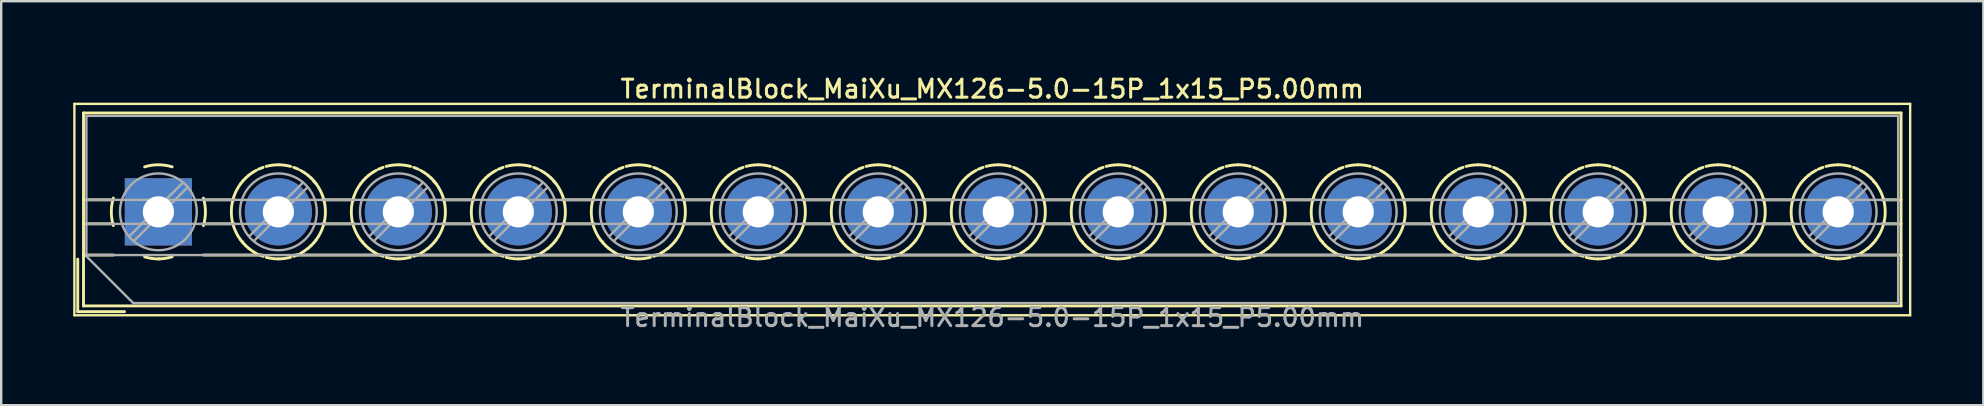
<source format=kicad_pcb>
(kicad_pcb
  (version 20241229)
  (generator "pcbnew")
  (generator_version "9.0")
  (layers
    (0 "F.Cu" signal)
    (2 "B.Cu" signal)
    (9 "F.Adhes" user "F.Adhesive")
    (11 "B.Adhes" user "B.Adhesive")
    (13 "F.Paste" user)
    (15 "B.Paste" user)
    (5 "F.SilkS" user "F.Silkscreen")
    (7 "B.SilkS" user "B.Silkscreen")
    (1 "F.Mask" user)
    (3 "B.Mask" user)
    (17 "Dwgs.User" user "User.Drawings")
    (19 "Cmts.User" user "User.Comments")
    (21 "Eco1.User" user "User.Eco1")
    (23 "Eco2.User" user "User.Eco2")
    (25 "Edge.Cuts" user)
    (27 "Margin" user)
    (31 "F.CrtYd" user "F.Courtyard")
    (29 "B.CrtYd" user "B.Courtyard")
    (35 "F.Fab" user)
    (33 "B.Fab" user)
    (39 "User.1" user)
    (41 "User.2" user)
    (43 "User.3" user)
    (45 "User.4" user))
  (footprint "TerminalBlock_MaiXu_MX126-5.0-15P_1x15_P5.00mm"
    (layer "F.Cu")
    (at 3.55 5.778)
    (property "Reference" "TerminalBlock_MaiXu_MX126-5.0-15P_1x15_P5.00mm" (at 34.75 -5.12 0) (layer "F.SilkS") (effects (font (size 0.75 0.75) (thickness 0.125))))
    (attr through_hole)
    (fp_line (start -3.5 -4.5) (end -3.5 4.31) (stroke (width 0.1) (type solid)) (layer "F.SilkS"))
    (fp_line (start -3.5 4.31) (end 73 4.31) (stroke (width 0.1) (type solid)) (layer "F.SilkS"))
    (fp_line (start -3.36 1.97) (end -3.36 4.16) (stroke (width 0.12) (type solid)) (layer "F.SilkS"))
    (fp_line (start -3.36 4.16) (end -1.41 4.16) (stroke (width 0.12) (type solid)) (layer "F.SilkS"))
    (fp_line (start -3.12 -4.12) (end -3.12 3.92) (stroke (width 0.12) (type solid)) (layer "F.SilkS"))
    (fp_line (start -3.12 -4.12) (end 72.62 -4.12) (stroke (width 0.12) (type solid)) (layer "F.SilkS"))
    (fp_line (start -3.12 -0.5) (end -1.88 -0.5) (stroke (width 0.12) (type solid)) (layer "F.SilkS"))
    (fp_line (start -3.12 0.5) (end -1.88 0.5) (stroke (width 0.12) (type solid)) (layer "F.SilkS"))
    (fp_line (start -3.12 1.8) (end -1.88 1.8) (stroke (width 0.12) (type solid)) (layer "F.SilkS"))
    (fp_line (start -3.12 3.92) (end 72.62 3.92) (stroke (width 0.12) (type solid)) (layer "F.SilkS"))
    (fp_line (start 1.88 -0.5) (end 3.165 -0.5) (stroke (width 0.12) (type solid)) (layer "F.SilkS"))
    (fp_line (start 1.88 0.5) (end 3.165 0.5) (stroke (width 0.12) (type solid)) (layer "F.SilkS"))
    (fp_line (start 1.88 1.8) (end 4.331 1.8) (stroke (width 0.12) (type solid)) (layer "F.SilkS"))
    (fp_line (start 3.514 1.248) (end 3.514 1.248) (stroke (width 0.12) (type solid)) (layer "F.SilkS"))
    (fp_line (start 5.67 1.8) (end 9.331 1.8) (stroke (width 0.12) (type solid)) (layer "F.SilkS"))
    (fp_line (start 6.487 -1.248) (end 6.487 -1.248) (stroke (width 0.12) (type solid)) (layer "F.SilkS"))
    (fp_line (start 6.836 -0.5) (end 8.165 -0.5) (stroke (width 0.12) (type solid)) (layer "F.SilkS"))
    (fp_line (start 6.836 0.5) (end 8.165 0.5) (stroke (width 0.12) (type solid)) (layer "F.SilkS"))
    (fp_line (start 8.514 1.248) (end 8.514 1.248) (stroke (width 0.12) (type solid)) (layer "F.SilkS"))
    (fp_line (start 10.67 1.8) (end 14.331 1.8) (stroke (width 0.12) (type solid)) (layer "F.SilkS"))
    (fp_line (start 11.487 -1.248) (end 11.487 -1.248) (stroke (width 0.12) (type solid)) (layer "F.SilkS"))
    (fp_line (start 11.836 -0.5) (end 13.165 -0.5) (stroke (width 0.12) (type solid)) (layer "F.SilkS"))
    (fp_line (start 11.836 0.5) (end 13.165 0.5) (stroke (width 0.12) (type solid)) (layer "F.SilkS"))
    (fp_line (start 13.514 1.248) (end 13.514 1.248) (stroke (width 0.12) (type solid)) (layer "F.SilkS"))
    (fp_line (start 15.67 1.8) (end 19.331 1.8) (stroke (width 0.12) (type solid)) (layer "F.SilkS"))
    (fp_line (start 16.487 -1.248) (end 16.487 -1.248) (stroke (width 0.12) (type solid)) (layer "F.SilkS"))
    (fp_line (start 16.836 -0.5) (end 18.165 -0.5) (stroke (width 0.12) (type solid)) (layer "F.SilkS"))
    (fp_line (start 16.836 0.5) (end 18.165 0.5) (stroke (width 0.12) (type solid)) (layer "F.SilkS"))
    (fp_line (start 18.514 1.248) (end 18.514 1.248) (stroke (width 0.12) (type solid)) (layer "F.SilkS"))
    (fp_line (start 20.67 1.8) (end 24.331 1.8) (stroke (width 0.12) (type solid)) (layer "F.SilkS"))
    (fp_line (start 21.487 -1.248) (end 21.487 -1.248) (stroke (width 0.12) (type solid)) (layer "F.SilkS"))
    (fp_line (start 21.836 -0.5) (end 23.165 -0.5) (stroke (width 0.12) (type solid)) (layer "F.SilkS"))
    (fp_line (start 21.836 0.5) (end 23.165 0.5) (stroke (width 0.12) (type solid)) (layer "F.SilkS"))
    (fp_line (start 23.514 1.248) (end 23.514 1.248) (stroke (width 0.12) (type solid)) (layer "F.SilkS"))
    (fp_line (start 25.67 1.8) (end 29.331 1.8) (stroke (width 0.12) (type solid)) (layer "F.SilkS"))
    (fp_line (start 26.487 -1.248) (end 26.487 -1.248) (stroke (width 0.12) (type solid)) (layer "F.SilkS"))
    (fp_line (start 26.836 -0.5) (end 28.165 -0.5) (stroke (width 0.12) (type solid)) (layer "F.SilkS"))
    (fp_line (start 26.836 0.5) (end 28.165 0.5) (stroke (width 0.12) (type solid)) (layer "F.SilkS"))
    (fp_line (start 28.514 1.248) (end 28.514 1.248) (stroke (width 0.12) (type solid)) (layer "F.SilkS"))
    (fp_line (start 30.67 1.8) (end 34.331 1.8) (stroke (width 0.12) (type solid)) (layer "F.SilkS"))
    (fp_line (start 31.487 -1.248) (end 31.487 -1.248) (stroke (width 0.12) (type solid)) (layer "F.SilkS"))
    (fp_line (start 31.836 -0.5) (end 33.165 -0.5) (stroke (width 0.12) (type solid)) (layer "F.SilkS"))
    (fp_line (start 31.836 0.5) (end 33.165 0.5) (stroke (width 0.12) (type solid)) (layer "F.SilkS"))
    (fp_line (start 33.514 1.248) (end 33.514 1.248) (stroke (width 0.12) (type solid)) (layer "F.SilkS"))
    (fp_line (start 35.67 1.8) (end 39.331 1.8) (stroke (width 0.12) (type solid)) (layer "F.SilkS"))
    (fp_line (start 36.487 -1.248) (end 36.487 -1.248) (stroke (width 0.12) (type solid)) (layer "F.SilkS"))
    (fp_line (start 36.836 -0.5) (end 38.165 -0.5) (stroke (width 0.12) (type solid)) (layer "F.SilkS"))
    (fp_line (start 36.836 0.5) (end 38.165 0.5) (stroke (width 0.12) (type solid)) (layer "F.SilkS"))
    (fp_line (start 38.514 1.248) (end 38.514 1.248) (stroke (width 0.12) (type solid)) (layer "F.SilkS"))
    (fp_line (start 40.67 1.8) (end 44.331 1.8) (stroke (width 0.12) (type solid)) (layer "F.SilkS"))
    (fp_line (start 41.487 -1.248) (end 41.487 -1.248) (stroke (width 0.12) (type solid)) (layer "F.SilkS"))
    (fp_line (start 41.836 -0.5) (end 43.165 -0.5) (stroke (width 0.12) (type solid)) (layer "F.SilkS"))
    (fp_line (start 41.836 0.5) (end 43.165 0.5) (stroke (width 0.12) (type solid)) (layer "F.SilkS"))
    (fp_line (start 43.514 1.248) (end 43.514 1.248) (stroke (width 0.12) (type solid)) (layer "F.SilkS"))
    (fp_line (start 45.67 1.8) (end 49.331 1.8) (stroke (width 0.12) (type solid)) (layer "F.SilkS"))
    (fp_line (start 46.487 -1.248) (end 46.487 -1.248) (stroke (width 0.12) (type solid)) (layer "F.SilkS"))
    (fp_line (start 46.836 -0.5) (end 48.165 -0.5) (stroke (width 0.12) (type solid)) (layer "F.SilkS"))
    (fp_line (start 46.836 0.5) (end 48.165 0.5) (stroke (width 0.12) (type solid)) (layer "F.SilkS"))
    (fp_line (start 48.514 1.248) (end 48.514 1.248) (stroke (width 0.12) (type solid)) (layer "F.SilkS"))
    (fp_line (start 50.67 1.8) (end 54.331 1.8) (stroke (width 0.12) (type solid)) (layer "F.SilkS"))
    (fp_line (start 51.487 -1.248) (end 51.487 -1.248) (stroke (width 0.12) (type solid)) (layer "F.SilkS"))
    (fp_line (start 51.836 -0.5) (end 53.165 -0.5) (stroke (width 0.12) (type solid)) (layer "F.SilkS"))
    (fp_line (start 51.836 0.5) (end 53.165 0.5) (stroke (width 0.12) (type solid)) (layer "F.SilkS"))
    (fp_line (start 53.514 1.248) (end 53.514 1.248) (stroke (width 0.12) (type solid)) (layer "F.SilkS"))
    (fp_line (start 55.67 1.8) (end 59.331 1.8) (stroke (width 0.12) (type solid)) (layer "F.SilkS"))
    (fp_line (start 56.487 -1.248) (end 56.487 -1.248) (stroke (width 0.12) (type solid)) (layer "F.SilkS"))
    (fp_line (start 56.836 -0.5) (end 58.165 -0.5) (stroke (width 0.12) (type solid)) (layer "F.SilkS"))
    (fp_line (start 56.836 0.5) (end 58.165 0.5) (stroke (width 0.12) (type solid)) (layer "F.SilkS"))
    (fp_line (start 58.514 1.248) (end 58.514 1.248) (stroke (width 0.12) (type solid)) (layer "F.SilkS"))
    (fp_line (start 60.67 1.8) (end 64.331 1.8) (stroke (width 0.12) (type solid)) (layer "F.SilkS"))
    (fp_line (start 61.487 -1.248) (end 61.487 -1.248) (stroke (width 0.12) (type solid)) (layer "F.SilkS"))
    (fp_line (start 61.836 -0.5) (end 63.165 -0.5) (stroke (width 0.12) (type solid)) (layer "F.SilkS"))
    (fp_line (start 61.836 0.5) (end 63.165 0.5) (stroke (width 0.12) (type solid)) (layer "F.SilkS"))
    (fp_line (start 63.514 1.248) (end 63.514 1.248) (stroke (width 0.12) (type solid)) (layer "F.SilkS"))
    (fp_line (start 65.67 1.8) (end 69.331 1.8) (stroke (width 0.12) (type solid)) (layer "F.SilkS"))
    (fp_line (start 66.487 -1.248) (end 66.487 -1.248) (stroke (width 0.12) (type solid)) (layer "F.SilkS"))
    (fp_line (start 66.836 -0.5) (end 68.165 -0.5) (stroke (width 0.12) (type solid)) (layer "F.SilkS"))
    (fp_line (start 66.836 0.5) (end 68.165 0.5) (stroke (width 0.12) (type solid)) (layer "F.SilkS"))
    (fp_line (start 68.514 1.248) (end 68.514 1.248) (stroke (width 0.12) (type solid)) (layer "F.SilkS"))
    (fp_line (start 70.67 1.8) (end 72.62 1.8) (stroke (width 0.12) (type solid)) (layer "F.SilkS"))
    (fp_line (start 71.487 -1.248) (end 71.487 -1.248) (stroke (width 0.12) (type solid)) (layer "F.SilkS"))
    (fp_line (start 71.836 -0.5) (end 72.62 -0.5) (stroke (width 0.12) (type solid)) (layer "F.SilkS"))
    (fp_line (start 71.836 0.5) (end 72.62 0.5) (stroke (width 0.12) (type solid)) (layer "F.SilkS"))
    (fp_line (start 72.62 -4.12) (end 72.62 3.92) (stroke (width 0.12) (type solid)) (layer "F.SilkS"))
    (fp_line (start 73 -4.5) (end -3.5 -4.5) (stroke (width 0.1) (type solid)) (layer "F.SilkS"))
    (fp_line (start 73 4.31) (end 73 -4.5) (stroke (width 0.1) (type solid)) (layer "F.SilkS"))
    (fp_arc (start -1.875422 0.572619) (mid -1.960893 -0.000722) (end -1.875 -0.574) (stroke (width 0.12) (type solid)) (layer "F.SilkS"))
    (fp_arc (start -0.572619 -1.875422) (mid 0.000722 -1.960893) (end 0.574 -1.875) (stroke (width 0.12) (type solid)) (layer "F.SilkS"))
    (fp_arc (start 0.0335 1.960607) (mid -0.273618 1.941709) (end -0.574 1.875) (stroke (width 0.12) (type solid)) (layer "F.SilkS"))
    (fp_arc (start 0.573049 1.874357) (mid 0.289706 1.938471) (end 0 1.96) (stroke (width 0.12) (type solid)) (layer "F.SilkS"))
    (fp_arc (start 1.875422 -0.572619) (mid 1.960893 0.000722) (end 1.875 0.574) (stroke (width 0.12) (type solid)) (layer "F.SilkS"))
    (fp_arc (start 3.434339 1.179122) (mid 3.039994 -0.000549) (end 3.435 -1.18) (stroke (width 0.12) (type solid)) (layer "F.SilkS"))
    (fp_arc (start 3.434826 -1.180695) (mid 3.476985 -1.2346) (end 3.521 -1.287) (stroke (width 0.12) (type solid)) (layer "F.SilkS"))
    (fp_arc (start 3.521125 1.286294) (mid 3.477135 1.233899) (end 3.435 1.18) (stroke (width 0.12) (type solid)) (layer "F.SilkS"))
    (fp_arc (start 3.521202 -1.287012) (mid 3.578748 -1.350291) (end 3.639 -1.411) (stroke (width 0.12) (type solid)) (layer "F.SilkS"))
    (fp_arc (start 3.63871 1.41001) (mid 3.578502 1.349289) (end 3.521 1.286) (stroke (width 0.12) (type solid)) (layer "F.SilkS"))
    (fp_arc (start 3.638867 -1.410738) (mid 3.701698 -1.468767) (end 3.767 -1.524) (stroke (width 0.12) (type solid)) (layer "F.SilkS"))
    (fp_arc (start 3.767069 1.523253) (mid 3.701799 1.468024) (end 3.639 1.41) (stroke (width 0.12) (type solid)) (layer "F.SilkS"))
    (fp_arc (start 3.767452 -1.524377) (mid 3.835117 -1.576689) (end 3.905 -1.626) (stroke (width 0.12) (type solid)) (layer "F.SilkS"))
    (fp_arc (start 3.904517 1.625664) (mid 3.834649 1.576332) (end 3.767 1.524) (stroke (width 0.12) (type solid)) (layer "F.SilkS"))
    (fp_arc (start 3.93363 -1.644317) (mid 4.00637 -1.689266) (end 4.081 -1.731) (stroke (width 0.12) (type solid)) (layer "F.SilkS"))
    (fp_arc (start 4.080344 1.730739) (mid 4.005726 1.688977) (end 3.933 1.644) (stroke (width 0.12) (type solid)) (layer "F.SilkS"))
    (fp_arc (start 4.172694 -1.777259) (mid 4.266842 -1.818121) (end 4.363 -1.854) (stroke (width 0.12) (type solid)) (layer "F.SilkS"))
    (fp_arc (start 4.362283 1.853815) (mid 4.266136 1.817899) (end 4.172 1.777) (stroke (width 0.12) (type solid)) (layer "F.SilkS"))
    (fp_arc (start 4.493681 -1.893473) (mid 4.74516 -1.943362) (end 5.001 -1.96) (stroke (width 0.12) (type solid)) (layer "F.SilkS"))
    (fp_arc (start 5.000479 1.960685) (mid 4.744554 1.943973) (end 4.493 1.894) (stroke (width 0.12) (type solid)) (layer "F.SilkS"))
    (fp_arc (start 5.000487 -1.960944) (mid 5.256437 -1.944104) (end 5.508 -1.894) (stroke (width 0.12) (type solid)) (layer "F.SilkS"))
    (fp_arc (start 5.507285 1.893215) (mid 5.255831 1.943232) (end 5 1.96) (stroke (width 0.12) (type solid)) (layer "F.SilkS"))
    (fp_arc (start 5.638712 -1.85392) (mid 5.734863 -1.817951) (end 5.829 -1.777) (stroke (width 0.12) (type solid)) (layer "F.SilkS"))
    (fp_arc (start 5.829295 1.77705) (mid 5.735155 1.818016) (end 5.639 1.854) (stroke (width 0.12) (type solid)) (layer "F.SilkS"))
    (fp_arc (start 5.920652 -1.730826) (mid 5.995273 -1.689021) (end 6.068 -1.644) (stroke (width 0.12) (type solid)) (layer "F.SilkS"))
    (fp_arc (start 6.068362 1.644143) (mid 5.995629 1.689179) (end 5.921 1.731) (stroke (width 0.12) (type solid)) (layer "F.SilkS"))
    (fp_arc (start 6.096479 -1.625751) (mid 6.16635 -1.576376) (end 6.234 -1.524) (stroke (width 0.12) (type solid)) (layer "F.SilkS"))
    (fp_arc (start 6.233457 1.523294) (mid 6.165838 1.575647) (end 6.096 1.625) (stroke (width 0.12) (type solid)) (layer "F.SilkS"))
    (fp_arc (start 6.233928 -1.523341) (mid 6.2992 -1.468068) (end 6.362 -1.41) (stroke (width 0.12) (type solid)) (layer "F.SilkS"))
    (fp_arc (start 6.36213 1.410651) (mid 6.299301 1.468723) (end 6.234 1.524) (stroke (width 0.12) (type solid)) (layer "F.SilkS"))
    (fp_arc (start 6.362286 -1.410097) (mid 6.422497 -1.349333) (end 6.48 -1.286) (stroke (width 0.12) (type solid)) (layer "F.SilkS"))
    (fp_arc (start 6.479707 1.285928) (mid 6.422207 1.349248) (end 6.362 1.41) (stroke (width 0.12) (type solid)) (layer "F.SilkS"))
    (fp_arc (start 6.479873 -1.286364) (mid 6.523865 -1.233934) (end 6.566 -1.18) (stroke (width 0.12) (type solid)) (layer "F.SilkS"))
    (fp_arc (start 6.565937 -1.180084) (mid 6.960805 -0.000052) (end 6.566 1.18) (stroke (width 0.12) (type solid)) (layer "F.SilkS"))
    (fp_arc (start 6.566102 1.179628) (mid 6.523979 1.233565) (end 6.48 1.286) (stroke (width 0.12) (type solid)) (layer "F.SilkS"))
    (fp_arc (start 8.434339 1.179122) (mid 8.039994 -0.000549) (end 8.435 -1.18) (stroke (width 0.12) (type solid)) (layer "F.SilkS"))
    (fp_arc (start 8.434826 -1.180695) (mid 8.476985 -1.2346) (end 8.521 -1.287) (stroke (width 0.12) (type solid)) (layer "F.SilkS"))
    (fp_arc (start 8.521125 1.286294) (mid 8.477135 1.233899) (end 8.435 1.18) (stroke (width 0.12) (type solid)) (layer "F.SilkS"))
    (fp_arc (start 8.521202 -1.287012) (mid 8.578748 -1.350291) (end 8.639 -1.411) (stroke (width 0.12) (type solid)) (layer "F.SilkS"))
    (fp_arc (start 8.63871 1.41001) (mid 8.578502 1.349289) (end 8.521 1.286) (stroke (width 0.12) (type solid)) (layer "F.SilkS"))
    (fp_arc (start 8.638867 -1.410738) (mid 8.701698 -1.468767) (end 8.767 -1.524) (stroke (width 0.12) (type solid)) (layer "F.SilkS"))
    (fp_arc (start 8.767069 1.523253) (mid 8.701799 1.468024) (end 8.639 1.41) (stroke (width 0.12) (type solid)) (layer "F.SilkS"))
    (fp_arc (start 8.767452 -1.524377) (mid 8.835117 -1.576689) (end 8.905 -1.626) (stroke (width 0.12) (type solid)) (layer "F.SilkS"))
    (fp_arc (start 8.904517 1.625664) (mid 8.834649 1.576332) (end 8.767 1.524) (stroke (width 0.12) (type solid)) (layer "F.SilkS"))
    (fp_arc (start 8.93363 -1.644317) (mid 9.00637 -1.689266) (end 9.081 -1.731) (stroke (width 0.12) (type solid)) (layer "F.SilkS"))
    (fp_arc (start 9.080344 1.730739) (mid 9.005726 1.688977) (end 8.933 1.644) (stroke (width 0.12) (type solid)) (layer "F.SilkS"))
    (fp_arc (start 9.172694 -1.777259) (mid 9.266842 -1.818121) (end 9.363 -1.854) (stroke (width 0.12) (type solid)) (layer "F.SilkS"))
    (fp_arc (start 9.362283 1.853815) (mid 9.266136 1.817899) (end 9.172 1.777) (stroke (width 0.12) (type solid)) (layer "F.SilkS"))
    (fp_arc (start 9.493681 -1.893473) (mid 9.74516 -1.943362) (end 10.001 -1.96) (stroke (width 0.12) (type solid)) (layer "F.SilkS"))
    (fp_arc (start 10.000479 1.960685) (mid 9.744554 1.943973) (end 9.493 1.894) (stroke (width 0.12) (type solid)) (layer "F.SilkS"))
    (fp_arc (start 10.000487 -1.960944) (mid 10.256437 -1.944104) (end 10.508 -1.894) (stroke (width 0.12) (type solid)) (layer "F.SilkS"))
    (fp_arc (start 10.507285 1.893215) (mid 10.255831 1.943232) (end 10 1.96) (stroke (width 0.12) (type solid)) (layer "F.SilkS"))
    (fp_arc (start 10.638712 -1.85392) (mid 10.734863 -1.817951) (end 10.829 -1.777) (stroke (width 0.12) (type solid)) (layer "F.SilkS"))
    (fp_arc (start 10.829295 1.77705) (mid 10.735155 1.818016) (end 10.639 1.854) (stroke (width 0.12) (type solid)) (layer "F.SilkS"))
    (fp_arc (start 10.920652 -1.730826) (mid 10.995273 -1.689021) (end 11.068 -1.644) (stroke (width 0.12) (type solid)) (layer "F.SilkS"))
    (fp_arc (start 11.068362 1.644143) (mid 10.995629 1.689179) (end 10.921 1.731) (stroke (width 0.12) (type solid)) (layer "F.SilkS"))
    (fp_arc (start 11.096479 -1.625751) (mid 11.16635 -1.576376) (end 11.234 -1.524) (stroke (width 0.12) (type solid)) (layer "F.SilkS"))
    (fp_arc (start 11.233457 1.523294) (mid 11.165838 1.575647) (end 11.096 1.625) (stroke (width 0.12) (type solid)) (layer "F.SilkS"))
    (fp_arc (start 11.233928 -1.523341) (mid 11.2992 -1.468068) (end 11.362 -1.41) (stroke (width 0.12) (type solid)) (layer "F.SilkS"))
    (fp_arc (start 11.36213 1.410651) (mid 11.299301 1.468723) (end 11.234 1.524) (stroke (width 0.12) (type solid)) (layer "F.SilkS"))
    (fp_arc (start 11.362286 -1.410097) (mid 11.422497 -1.349333) (end 11.48 -1.286) (stroke (width 0.12) (type solid)) (layer "F.SilkS"))
    (fp_arc (start 11.479707 1.285928) (mid 11.422207 1.349248) (end 11.362 1.41) (stroke (width 0.12) (type solid)) (layer "F.SilkS"))
    (fp_arc (start 11.479873 -1.286364) (mid 11.523865 -1.233934) (end 11.566 -1.18) (stroke (width 0.12) (type solid)) (layer "F.SilkS"))
    (fp_arc (start 11.565937 -1.180084) (mid 11.960805 -0.000052) (end 11.566 1.18) (stroke (width 0.12) (type solid)) (layer "F.SilkS"))
    (fp_arc (start 11.566102 1.179628) (mid 11.523979 1.233565) (end 11.48 1.286) (stroke (width 0.12) (type solid)) (layer "F.SilkS"))
    (fp_arc (start 13.434339 1.179122) (mid 13.039994 -0.000549) (end 13.435 -1.18) (stroke (width 0.12) (type solid)) (layer "F.SilkS"))
    (fp_arc (start 13.434826 -1.180695) (mid 13.476985 -1.2346) (end 13.521 -1.287) (stroke (width 0.12) (type solid)) (layer "F.SilkS"))
    (fp_arc (start 13.521125 1.286294) (mid 13.477135 1.233899) (end 13.435 1.18) (stroke (width 0.12) (type solid)) (layer "F.SilkS"))
    (fp_arc (start 13.521202 -1.287012) (mid 13.578748 -1.350291) (end 13.639 -1.411) (stroke (width 0.12) (type solid)) (layer "F.SilkS"))
    (fp_arc (start 13.63871 1.41001) (mid 13.578502 1.349289) (end 13.521 1.286) (stroke (width 0.12) (type solid)) (layer "F.SilkS"))
    (fp_arc (start 13.638867 -1.410738) (mid 13.701698 -1.468767) (end 13.767 -1.524) (stroke (width 0.12) (type solid)) (layer "F.SilkS"))
    (fp_arc (start 13.767069 1.523253) (mid 13.701799 1.468024) (end 13.639 1.41) (stroke (width 0.12) (type solid)) (layer "F.SilkS"))
    (fp_arc (start 13.767452 -1.524377) (mid 13.835117 -1.576689) (end 13.905 -1.626) (stroke (width 0.12) (type solid)) (layer "F.SilkS"))
    (fp_arc (start 13.904517 1.625664) (mid 13.834649 1.576332) (end 13.767 1.524) (stroke (width 0.12) (type solid)) (layer "F.SilkS"))
    (fp_arc (start 13.93363 -1.644317) (mid 14.00637 -1.689266) (end 14.081 -1.731) (stroke (width 0.12) (type solid)) (layer "F.SilkS"))
    (fp_arc (start 14.080344 1.730739) (mid 14.005726 1.688977) (end 13.933 1.644) (stroke (width 0.12) (type solid)) (layer "F.SilkS"))
    (fp_arc (start 14.172694 -1.777259) (mid 14.266842 -1.818121) (end 14.363 -1.854) (stroke (width 0.12) (type solid)) (layer "F.SilkS"))
    (fp_arc (start 14.362283 1.853815) (mid 14.266136 1.817899) (end 14.172 1.777) (stroke (width 0.12) (type solid)) (layer "F.SilkS"))
    (fp_arc (start 14.493681 -1.893473) (mid 14.74516 -1.943362) (end 15.001 -1.96) (stroke (width 0.12) (type solid)) (layer "F.SilkS"))
    (fp_arc (start 15.000479 1.960685) (mid 14.744554 1.943973) (end 14.493 1.894) (stroke (width 0.12) (type solid)) (layer "F.SilkS"))
    (fp_arc (start 15.000487 -1.960944) (mid 15.256437 -1.944104) (end 15.508 -1.894) (stroke (width 0.12) (type solid)) (layer "F.SilkS"))
    (fp_arc (start 15.507285 1.893215) (mid 15.255831 1.943232) (end 15 1.96) (stroke (width 0.12) (type solid)) (layer "F.SilkS"))
    (fp_arc (start 15.638712 -1.85392) (mid 15.734863 -1.817951) (end 15.829 -1.777) (stroke (width 0.12) (type solid)) (layer "F.SilkS"))
    (fp_arc (start 15.829295 1.77705) (mid 15.735155 1.818016) (end 15.639 1.854) (stroke (width 0.12) (type solid)) (layer "F.SilkS"))
    (fp_arc (start 15.920652 -1.730826) (mid 15.995273 -1.689021) (end 16.068 -1.644) (stroke (width 0.12) (type solid)) (layer "F.SilkS"))
    (fp_arc (start 16.068362 1.644143) (mid 15.995629 1.689179) (end 15.921 1.731) (stroke (width 0.12) (type solid)) (layer "F.SilkS"))
    (fp_arc (start 16.096479 -1.625751) (mid 16.16635 -1.576376) (end 16.234 -1.524) (stroke (width 0.12) (type solid)) (layer "F.SilkS"))
    (fp_arc (start 16.233457 1.523294) (mid 16.165838 1.575647) (end 16.096 1.625) (stroke (width 0.12) (type solid)) (layer "F.SilkS"))
    (fp_arc (start 16.233928 -1.523341) (mid 16.2992 -1.468068) (end 16.362 -1.41) (stroke (width 0.12) (type solid)) (layer "F.SilkS"))
    (fp_arc (start 16.36213 1.410651) (mid 16.299301 1.468723) (end 16.234 1.524) (stroke (width 0.12) (type solid)) (layer "F.SilkS"))
    (fp_arc (start 16.362286 -1.410097) (mid 16.422497 -1.349333) (end 16.48 -1.286) (stroke (width 0.12) (type solid)) (layer "F.SilkS"))
    (fp_arc (start 16.479707 1.285928) (mid 16.422207 1.349248) (end 16.362 1.41) (stroke (width 0.12) (type solid)) (layer "F.SilkS"))
    (fp_arc (start 16.479873 -1.286364) (mid 16.523865 -1.233934) (end 16.566 -1.18) (stroke (width 0.12) (type solid)) (layer "F.SilkS"))
    (fp_arc (start 16.565937 -1.180084) (mid 16.960805 -0.000052) (end 16.566 1.18) (stroke (width 0.12) (type solid)) (layer "F.SilkS"))
    (fp_arc (start 16.566102 1.179628) (mid 16.523979 1.233565) (end 16.48 1.286) (stroke (width 0.12) (type solid)) (layer "F.SilkS"))
    (fp_arc (start 18.434339 1.179122) (mid 18.039994 -0.000549) (end 18.435 -1.18) (stroke (width 0.12) (type solid)) (layer "F.SilkS"))
    (fp_arc (start 18.434826 -1.180695) (mid 18.476985 -1.2346) (end 18.521 -1.287) (stroke (width 0.12) (type solid)) (layer "F.SilkS"))
    (fp_arc (start 18.521125 1.286294) (mid 18.477135 1.233899) (end 18.435 1.18) (stroke (width 0.12) (type solid)) (layer "F.SilkS"))
    (fp_arc (start 18.521202 -1.287012) (mid 18.578748 -1.350291) (end 18.639 -1.411) (stroke (width 0.12) (type solid)) (layer "F.SilkS"))
    (fp_arc (start 18.63871 1.41001) (mid 18.578502 1.349289) (end 18.521 1.286) (stroke (width 0.12) (type solid)) (layer "F.SilkS"))
    (fp_arc (start 18.638867 -1.410738) (mid 18.701698 -1.468767) (end 18.767 -1.524) (stroke (width 0.12) (type solid)) (layer "F.SilkS"))
    (fp_arc (start 18.767069 1.523253) (mid 18.701799 1.468024) (end 18.639 1.41) (stroke (width 0.12) (type solid)) (layer "F.SilkS"))
    (fp_arc (start 18.767452 -1.524377) (mid 18.835117 -1.576689) (end 18.905 -1.626) (stroke (width 0.12) (type solid)) (layer "F.SilkS"))
    (fp_arc (start 18.904517 1.625664) (mid 18.834649 1.576332) (end 18.767 1.524) (stroke (width 0.12) (type solid)) (layer "F.SilkS"))
    (fp_arc (start 18.93363 -1.644317) (mid 19.00637 -1.689266) (end 19.081 -1.731) (stroke (width 0.12) (type solid)) (layer "F.SilkS"))
    (fp_arc (start 19.080344 1.730739) (mid 19.005726 1.688977) (end 18.933 1.644) (stroke (width 0.12) (type solid)) (layer "F.SilkS"))
    (fp_arc (start 19.172694 -1.777259) (mid 19.266842 -1.818121) (end 19.363 -1.854) (stroke (width 0.12) (type solid)) (layer "F.SilkS"))
    (fp_arc (start 19.362283 1.853815) (mid 19.266136 1.817899) (end 19.172 1.777) (stroke (width 0.12) (type solid)) (layer "F.SilkS"))
    (fp_arc (start 19.493681 -1.893473) (mid 19.74516 -1.943362) (end 20.001 -1.96) (stroke (width 0.12) (type solid)) (layer "F.SilkS"))
    (fp_arc (start 20.000479 1.960685) (mid 19.744554 1.943973) (end 19.493 1.894) (stroke (width 0.12) (type solid)) (layer "F.SilkS"))
    (fp_arc (start 20.000487 -1.960944) (mid 20.256437 -1.944104) (end 20.508 -1.894) (stroke (width 0.12) (type solid)) (layer "F.SilkS"))
    (fp_arc (start 20.507285 1.893215) (mid 20.255831 1.943232) (end 20 1.96) (stroke (width 0.12) (type solid)) (layer "F.SilkS"))
    (fp_arc (start 20.638712 -1.85392) (mid 20.734863 -1.817951) (end 20.829 -1.777) (stroke (width 0.12) (type solid)) (layer "F.SilkS"))
    (fp_arc (start 20.829295 1.77705) (mid 20.735155 1.818016) (end 20.639 1.854) (stroke (width 0.12) (type solid)) (layer "F.SilkS"))
    (fp_arc (start 20.920652 -1.730826) (mid 20.995273 -1.689021) (end 21.068 -1.644) (stroke (width 0.12) (type solid)) (layer "F.SilkS"))
    (fp_arc (start 21.068362 1.644143) (mid 20.995629 1.689179) (end 20.921 1.731) (stroke (width 0.12) (type solid)) (layer "F.SilkS"))
    (fp_arc (start 21.096479 -1.625751) (mid 21.16635 -1.576376) (end 21.234 -1.524) (stroke (width 0.12) (type solid)) (layer "F.SilkS"))
    (fp_arc (start 21.233457 1.523294) (mid 21.165838 1.575647) (end 21.096 1.625) (stroke (width 0.12) (type solid)) (layer "F.SilkS"))
    (fp_arc (start 21.233928 -1.523341) (mid 21.2992 -1.468068) (end 21.362 -1.41) (stroke (width 0.12) (type solid)) (layer "F.SilkS"))
    (fp_arc (start 21.36213 1.410651) (mid 21.299301 1.468723) (end 21.234 1.524) (stroke (width 0.12) (type solid)) (layer "F.SilkS"))
    (fp_arc (start 21.362286 -1.410097) (mid 21.422497 -1.349333) (end 21.48 -1.286) (stroke (width 0.12) (type solid)) (layer "F.SilkS"))
    (fp_arc (start 21.479707 1.285928) (mid 21.422207 1.349248) (end 21.362 1.41) (stroke (width 0.12) (type solid)) (layer "F.SilkS"))
    (fp_arc (start 21.479873 -1.286364) (mid 21.523865 -1.233934) (end 21.566 -1.18) (stroke (width 0.12) (type solid)) (layer "F.SilkS"))
    (fp_arc (start 21.565937 -1.180084) (mid 21.960805 -0.000052) (end 21.566 1.18) (stroke (width 0.12) (type solid)) (layer "F.SilkS"))
    (fp_arc (start 21.566102 1.179628) (mid 21.523979 1.233565) (end 21.48 1.286) (stroke (width 0.12) (type solid)) (layer "F.SilkS"))
    (fp_arc (start 23.434339 1.179122) (mid 23.039994 -0.000549) (end 23.435 -1.18) (stroke (width 0.12) (type solid)) (layer "F.SilkS"))
    (fp_arc (start 23.434826 -1.180695) (mid 23.476985 -1.2346) (end 23.521 -1.287) (stroke (width 0.12) (type solid)) (layer "F.SilkS"))
    (fp_arc (start 23.521125 1.286294) (mid 23.477135 1.233899) (end 23.435 1.18) (stroke (width 0.12) (type solid)) (layer "F.SilkS"))
    (fp_arc (start 23.521202 -1.287012) (mid 23.578748 -1.350291) (end 23.639 -1.411) (stroke (width 0.12) (type solid)) (layer "F.SilkS"))
    (fp_arc (start 23.63871 1.41001) (mid 23.578502 1.349289) (end 23.521 1.286) (stroke (width 0.12) (type solid)) (layer "F.SilkS"))
    (fp_arc (start 23.638867 -1.410738) (mid 23.701698 -1.468767) (end 23.767 -1.524) (stroke (width 0.12) (type solid)) (layer "F.SilkS"))
    (fp_arc (start 23.767069 1.523253) (mid 23.701799 1.468024) (end 23.639 1.41) (stroke (width 0.12) (type solid)) (layer "F.SilkS"))
    (fp_arc (start 23.767452 -1.524377) (mid 23.835117 -1.576689) (end 23.905 -1.626) (stroke (width 0.12) (type solid)) (layer "F.SilkS"))
    (fp_arc (start 23.904517 1.625664) (mid 23.834649 1.576332) (end 23.767 1.524) (stroke (width 0.12) (type solid)) (layer "F.SilkS"))
    (fp_arc (start 23.93363 -1.644317) (mid 24.00637 -1.689266) (end 24.081 -1.731) (stroke (width 0.12) (type solid)) (layer "F.SilkS"))
    (fp_arc (start 24.080344 1.730739) (mid 24.005726 1.688977) (end 23.933 1.644) (stroke (width 0.12) (type solid)) (layer "F.SilkS"))
    (fp_arc (start 24.172694 -1.777259) (mid 24.266842 -1.818121) (end 24.363 -1.854) (stroke (width 0.12) (type solid)) (layer "F.SilkS"))
    (fp_arc (start 24.362283 1.853815) (mid 24.266136 1.817899) (end 24.172 1.777) (stroke (width 0.12) (type solid)) (layer "F.SilkS"))
    (fp_arc (start 24.493681 -1.893473) (mid 24.74516 -1.943362) (end 25.001 -1.96) (stroke (width 0.12) (type solid)) (layer "F.SilkS"))
    (fp_arc (start 25.000479 1.960685) (mid 24.744554 1.943973) (end 24.493 1.894) (stroke (width 0.12) (type solid)) (layer "F.SilkS"))
    (fp_arc (start 25.000487 -1.960944) (mid 25.256437 -1.944104) (end 25.508 -1.894) (stroke (width 0.12) (type solid)) (layer "F.SilkS"))
    (fp_arc (start 25.507285 1.893215) (mid 25.255831 1.943232) (end 25 1.96) (stroke (width 0.12) (type solid)) (layer "F.SilkS"))
    (fp_arc (start 25.638712 -1.85392) (mid 25.734863 -1.817951) (end 25.829 -1.777) (stroke (width 0.12) (type solid)) (layer "F.SilkS"))
    (fp_arc (start 25.829295 1.77705) (mid 25.735155 1.818016) (end 25.639 1.854) (stroke (width 0.12) (type solid)) (layer "F.SilkS"))
    (fp_arc (start 25.920652 -1.730826) (mid 25.995273 -1.689021) (end 26.068 -1.644) (stroke (width 0.12) (type solid)) (layer "F.SilkS"))
    (fp_arc (start 26.068362 1.644143) (mid 25.995629 1.689179) (end 25.921 1.731) (stroke (width 0.12) (type solid)) (layer "F.SilkS"))
    (fp_arc (start 26.096479 -1.625751) (mid 26.16635 -1.576376) (end 26.234 -1.524) (stroke (width 0.12) (type solid)) (layer "F.SilkS"))
    (fp_arc (start 26.233457 1.523294) (mid 26.165838 1.575647) (end 26.096 1.625) (stroke (width 0.12) (type solid)) (layer "F.SilkS"))
    (fp_arc (start 26.233928 -1.523341) (mid 26.2992 -1.468068) (end 26.362 -1.41) (stroke (width 0.12) (type solid)) (layer "F.SilkS"))
    (fp_arc (start 26.36213 1.410651) (mid 26.299301 1.468723) (end 26.234 1.524) (stroke (width 0.12) (type solid)) (layer "F.SilkS"))
    (fp_arc (start 26.362286 -1.410097) (mid 26.422497 -1.349333) (end 26.48 -1.286) (stroke (width 0.12) (type solid)) (layer "F.SilkS"))
    (fp_arc (start 26.479707 1.285928) (mid 26.422207 1.349248) (end 26.362 1.41) (stroke (width 0.12) (type solid)) (layer "F.SilkS"))
    (fp_arc (start 26.479873 -1.286364) (mid 26.523865 -1.233934) (end 26.566 -1.18) (stroke (width 0.12) (type solid)) (layer "F.SilkS"))
    (fp_arc (start 26.565937 -1.180084) (mid 26.960805 -0.000052) (end 26.566 1.18) (stroke (width 0.12) (type solid)) (layer "F.SilkS"))
    (fp_arc (start 26.566102 1.179628) (mid 26.523979 1.233565) (end 26.48 1.286) (stroke (width 0.12) (type solid)) (layer "F.SilkS"))
    (fp_arc (start 28.434339 1.179122) (mid 28.039994 -0.000549) (end 28.435 -1.18) (stroke (width 0.12) (type solid)) (layer "F.SilkS"))
    (fp_arc (start 28.434826 -1.180695) (mid 28.476985 -1.2346) (end 28.521 -1.287) (stroke (width 0.12) (type solid)) (layer "F.SilkS"))
    (fp_arc (start 28.521125 1.286294) (mid 28.477135 1.233899) (end 28.435 1.18) (stroke (width 0.12) (type solid)) (layer "F.SilkS"))
    (fp_arc (start 28.521202 -1.287012) (mid 28.578748 -1.350291) (end 28.639 -1.411) (stroke (width 0.12) (type solid)) (layer "F.SilkS"))
    (fp_arc (start 28.63871 1.41001) (mid 28.578502 1.349289) (end 28.521 1.286) (stroke (width 0.12) (type solid)) (layer "F.SilkS"))
    (fp_arc (start 28.638867 -1.410738) (mid 28.701698 -1.468767) (end 28.767 -1.524) (stroke (width 0.12) (type solid)) (layer "F.SilkS"))
    (fp_arc (start 28.767069 1.523253) (mid 28.701799 1.468024) (end 28.639 1.41) (stroke (width 0.12) (type solid)) (layer "F.SilkS"))
    (fp_arc (start 28.767452 -1.524377) (mid 28.835117 -1.576689) (end 28.905 -1.626) (stroke (width 0.12) (type solid)) (layer "F.SilkS"))
    (fp_arc (start 28.904517 1.625664) (mid 28.834649 1.576332) (end 28.767 1.524) (stroke (width 0.12) (type solid)) (layer "F.SilkS"))
    (fp_arc (start 28.93363 -1.644317) (mid 29.00637 -1.689266) (end 29.081 -1.731) (stroke (width 0.12) (type solid)) (layer "F.SilkS"))
    (fp_arc (start 29.080344 1.730739) (mid 29.005726 1.688977) (end 28.933 1.644) (stroke (width 0.12) (type solid)) (layer "F.SilkS"))
    (fp_arc (start 29.172694 -1.777259) (mid 29.266842 -1.818121) (end 29.363 -1.854) (stroke (width 0.12) (type solid)) (layer "F.SilkS"))
    (fp_arc (start 29.362283 1.853815) (mid 29.266136 1.817899) (end 29.172 1.777) (stroke (width 0.12) (type solid)) (layer "F.SilkS"))
    (fp_arc (start 29.493681 -1.893473) (mid 29.74516 -1.943362) (end 30.001 -1.96) (stroke (width 0.12) (type solid)) (layer "F.SilkS"))
    (fp_arc (start 30.000479 1.960685) (mid 29.744554 1.943973) (end 29.493 1.894) (stroke (width 0.12) (type solid)) (layer "F.SilkS"))
    (fp_arc (start 30.000487 -1.960944) (mid 30.256437 -1.944104) (end 30.508 -1.894) (stroke (width 0.12) (type solid)) (layer "F.SilkS"))
    (fp_arc (start 30.507285 1.893215) (mid 30.255831 1.943232) (end 30 1.96) (stroke (width 0.12) (type solid)) (layer "F.SilkS"))
    (fp_arc (start 30.638712 -1.85392) (mid 30.734863 -1.817951) (end 30.829 -1.777) (stroke (width 0.12) (type solid)) (layer "F.SilkS"))
    (fp_arc (start 30.829295 1.77705) (mid 30.735155 1.818016) (end 30.639 1.854) (stroke (width 0.12) (type solid)) (layer "F.SilkS"))
    (fp_arc (start 30.920652 -1.730826) (mid 30.995273 -1.689021) (end 31.068 -1.644) (stroke (width 0.12) (type solid)) (layer "F.SilkS"))
    (fp_arc (start 31.068362 1.644143) (mid 30.995629 1.689179) (end 30.921 1.731) (stroke (width 0.12) (type solid)) (layer "F.SilkS"))
    (fp_arc (start 31.096479 -1.625751) (mid 31.16635 -1.576376) (end 31.234 -1.524) (stroke (width 0.12) (type solid)) (layer "F.SilkS"))
    (fp_arc (start 31.233457 1.523294) (mid 31.165838 1.575647) (end 31.096 1.625) (stroke (width 0.12) (type solid)) (layer "F.SilkS"))
    (fp_arc (start 31.233928 -1.523341) (mid 31.2992 -1.468068) (end 31.362 -1.41) (stroke (width 0.12) (type solid)) (layer "F.SilkS"))
    (fp_arc (start 31.36213 1.410651) (mid 31.299301 1.468723) (end 31.234 1.524) (stroke (width 0.12) (type solid)) (layer "F.SilkS"))
    (fp_arc (start 31.362286 -1.410097) (mid 31.422497 -1.349333) (end 31.48 -1.286) (stroke (width 0.12) (type solid)) (layer "F.SilkS"))
    (fp_arc (start 31.479707 1.285928) (mid 31.422207 1.349248) (end 31.362 1.41) (stroke (width 0.12) (type solid)) (layer "F.SilkS"))
    (fp_arc (start 31.479873 -1.286364) (mid 31.523865 -1.233934) (end 31.566 -1.18) (stroke (width 0.12) (type solid)) (layer "F.SilkS"))
    (fp_arc (start 31.565937 -1.180084) (mid 31.960805 -0.000052) (end 31.566 1.18) (stroke (width 0.12) (type solid)) (layer "F.SilkS"))
    (fp_arc (start 31.566102 1.179628) (mid 31.523979 1.233565) (end 31.48 1.286) (stroke (width 0.12) (type solid)) (layer "F.SilkS"))
    (fp_arc (start 33.434339 1.179122) (mid 33.039994 -0.000549) (end 33.435 -1.18) (stroke (width 0.12) (type solid)) (layer "F.SilkS"))
    (fp_arc (start 33.434826 -1.180695) (mid 33.476985 -1.2346) (end 33.521 -1.287) (stroke (width 0.12) (type solid)) (layer "F.SilkS"))
    (fp_arc (start 33.521125 1.286294) (mid 33.477135 1.233899) (end 33.435 1.18) (stroke (width 0.12) (type solid)) (layer "F.SilkS"))
    (fp_arc (start 33.521202 -1.287012) (mid 33.578748 -1.350291) (end 33.639 -1.411) (stroke (width 0.12) (type solid)) (layer "F.SilkS"))
    (fp_arc (start 33.63871 1.41001) (mid 33.578502 1.349289) (end 33.521 1.286) (stroke (width 0.12) (type solid)) (layer "F.SilkS"))
    (fp_arc (start 33.638867 -1.410738) (mid 33.701698 -1.468767) (end 33.767 -1.524) (stroke (width 0.12) (type solid)) (layer "F.SilkS"))
    (fp_arc (start 33.767069 1.523253) (mid 33.701799 1.468024) (end 33.639 1.41) (stroke (width 0.12) (type solid)) (layer "F.SilkS"))
    (fp_arc (start 33.767452 -1.524377) (mid 33.835117 -1.576689) (end 33.905 -1.626) (stroke (width 0.12) (type solid)) (layer "F.SilkS"))
    (fp_arc (start 33.904517 1.625664) (mid 33.834649 1.576332) (end 33.767 1.524) (stroke (width 0.12) (type solid)) (layer "F.SilkS"))
    (fp_arc (start 33.93363 -1.644317) (mid 34.00637 -1.689266) (end 34.081 -1.731) (stroke (width 0.12) (type solid)) (layer "F.SilkS"))
    (fp_arc (start 34.080344 1.730739) (mid 34.005726 1.688977) (end 33.933 1.644) (stroke (width 0.12) (type solid)) (layer "F.SilkS"))
    (fp_arc (start 34.172694 -1.777259) (mid 34.266842 -1.818121) (end 34.363 -1.854) (stroke (width 0.12) (type solid)) (layer "F.SilkS"))
    (fp_arc (start 34.362283 1.853815) (mid 34.266136 1.817899) (end 34.172 1.777) (stroke (width 0.12) (type solid)) (layer "F.SilkS"))
    (fp_arc (start 34.493681 -1.893473) (mid 34.74516 -1.943362) (end 35.001 -1.96) (stroke (width 0.12) (type solid)) (layer "F.SilkS"))
    (fp_arc (start 35.000479 1.960685) (mid 34.744554 1.943973) (end 34.493 1.894) (stroke (width 0.12) (type solid)) (layer "F.SilkS"))
    (fp_arc (start 35.000487 -1.960944) (mid 35.256437 -1.944104) (end 35.508 -1.894) (stroke (width 0.12) (type solid)) (layer "F.SilkS"))
    (fp_arc (start 35.507285 1.893215) (mid 35.255831 1.943232) (end 35 1.96) (stroke (width 0.12) (type solid)) (layer "F.SilkS"))
    (fp_arc (start 35.638712 -1.85392) (mid 35.734863 -1.817951) (end 35.829 -1.777) (stroke (width 0.12) (type solid)) (layer "F.SilkS"))
    (fp_arc (start 35.829295 1.77705) (mid 35.735155 1.818016) (end 35.639 1.854) (stroke (width 0.12) (type solid)) (layer "F.SilkS"))
    (fp_arc (start 35.920652 -1.730826) (mid 35.995273 -1.689021) (end 36.068 -1.644) (stroke (width 0.12) (type solid)) (layer "F.SilkS"))
    (fp_arc (start 36.068362 1.644143) (mid 35.995629 1.689179) (end 35.921 1.731) (stroke (width 0.12) (type solid)) (layer "F.SilkS"))
    (fp_arc (start 36.096479 -1.625751) (mid 36.16635 -1.576376) (end 36.234 -1.524) (stroke (width 0.12) (type solid)) (layer "F.SilkS"))
    (fp_arc (start 36.233457 1.523294) (mid 36.165838 1.575647) (end 36.096 1.625) (stroke (width 0.12) (type solid)) (layer "F.SilkS"))
    (fp_arc (start 36.233928 -1.523341) (mid 36.2992 -1.468068) (end 36.362 -1.41) (stroke (width 0.12) (type solid)) (layer "F.SilkS"))
    (fp_arc (start 36.36213 1.410651) (mid 36.299301 1.468723) (end 36.234 1.524) (stroke (width 0.12) (type solid)) (layer "F.SilkS"))
    (fp_arc (start 36.362286 -1.410097) (mid 36.422497 -1.349333) (end 36.48 -1.286) (stroke (width 0.12) (type solid)) (layer "F.SilkS"))
    (fp_arc (start 36.479707 1.285928) (mid 36.422207 1.349248) (end 36.362 1.41) (stroke (width 0.12) (type solid)) (layer "F.SilkS"))
    (fp_arc (start 36.479873 -1.286364) (mid 36.523865 -1.233934) (end 36.566 -1.18) (stroke (width 0.12) (type solid)) (layer "F.SilkS"))
    (fp_arc (start 36.565937 -1.180084) (mid 36.960805 -0.000052) (end 36.566 1.18) (stroke (width 0.12) (type solid)) (layer "F.SilkS"))
    (fp_arc (start 36.566102 1.179628) (mid 36.523979 1.233565) (end 36.48 1.286) (stroke (width 0.12) (type solid)) (layer "F.SilkS"))
    (fp_arc (start 38.434339 1.179122) (mid 38.039994 -0.000549) (end 38.435 -1.18) (stroke (width 0.12) (type solid)) (layer "F.SilkS"))
    (fp_arc (start 38.434826 -1.180695) (mid 38.476985 -1.2346) (end 38.521 -1.287) (stroke (width 0.12) (type solid)) (layer "F.SilkS"))
    (fp_arc (start 38.521125 1.286294) (mid 38.477135 1.233899) (end 38.435 1.18) (stroke (width 0.12) (type solid)) (layer "F.SilkS"))
    (fp_arc (start 38.521202 -1.287012) (mid 38.578748 -1.350291) (end 38.639 -1.411) (stroke (width 0.12) (type solid)) (layer "F.SilkS"))
    (fp_arc (start 38.63871 1.41001) (mid 38.578502 1.349289) (end 38.521 1.286) (stroke (width 0.12) (type solid)) (layer "F.SilkS"))
    (fp_arc (start 38.638867 -1.410738) (mid 38.701698 -1.468767) (end 38.767 -1.524) (stroke (width 0.12) (type solid)) (layer "F.SilkS"))
    (fp_arc (start 38.767069 1.523253) (mid 38.701799 1.468024) (end 38.639 1.41) (stroke (width 0.12) (type solid)) (layer "F.SilkS"))
    (fp_arc (start 38.767452 -1.524377) (mid 38.835117 -1.576689) (end 38.905 -1.626) (stroke (width 0.12) (type solid)) (layer "F.SilkS"))
    (fp_arc (start 38.904517 1.625664) (mid 38.834649 1.576332) (end 38.767 1.524) (stroke (width 0.12) (type solid)) (layer "F.SilkS"))
    (fp_arc (start 38.93363 -1.644317) (mid 39.00637 -1.689266) (end 39.081 -1.731) (stroke (width 0.12) (type solid)) (layer "F.SilkS"))
    (fp_arc (start 39.080344 1.730739) (mid 39.005726 1.688977) (end 38.933 1.644) (stroke (width 0.12) (type solid)) (layer "F.SilkS"))
    (fp_arc (start 39.172694 -1.777259) (mid 39.266842 -1.818121) (end 39.363 -1.854) (stroke (width 0.12) (type solid)) (layer "F.SilkS"))
    (fp_arc (start 39.362283 1.853815) (mid 39.266136 1.817899) (end 39.172 1.777) (stroke (width 0.12) (type solid)) (layer "F.SilkS"))
    (fp_arc (start 39.493681 -1.893473) (mid 39.74516 -1.943362) (end 40.001 -1.96) (stroke (width 0.12) (type solid)) (layer "F.SilkS"))
    (fp_arc (start 40.000479 1.960685) (mid 39.744554 1.943973) (end 39.493 1.894) (stroke (width 0.12) (type solid)) (layer "F.SilkS"))
    (fp_arc (start 40.000487 -1.960944) (mid 40.256437 -1.944104) (end 40.508 -1.894) (stroke (width 0.12) (type solid)) (layer "F.SilkS"))
    (fp_arc (start 40.507285 1.893215) (mid 40.255831 1.943232) (end 40 1.96) (stroke (width 0.12) (type solid)) (layer "F.SilkS"))
    (fp_arc (start 40.638712 -1.85392) (mid 40.734863 -1.817951) (end 40.829 -1.777) (stroke (width 0.12) (type solid)) (layer "F.SilkS"))
    (fp_arc (start 40.829295 1.77705) (mid 40.735155 1.818016) (end 40.639 1.854) (stroke (width 0.12) (type solid)) (layer "F.SilkS"))
    (fp_arc (start 40.920652 -1.730826) (mid 40.995273 -1.689021) (end 41.068 -1.644) (stroke (width 0.12) (type solid)) (layer "F.SilkS"))
    (fp_arc (start 41.068362 1.644143) (mid 40.995629 1.689179) (end 40.921 1.731) (stroke (width 0.12) (type solid)) (layer "F.SilkS"))
    (fp_arc (start 41.096479 -1.625751) (mid 41.16635 -1.576376) (end 41.234 -1.524) (stroke (width 0.12) (type solid)) (layer "F.SilkS"))
    (fp_arc (start 41.233457 1.523294) (mid 41.165838 1.575647) (end 41.096 1.625) (stroke (width 0.12) (type solid)) (layer "F.SilkS"))
    (fp_arc (start 41.233928 -1.523341) (mid 41.2992 -1.468068) (end 41.362 -1.41) (stroke (width 0.12) (type solid)) (layer "F.SilkS"))
    (fp_arc (start 41.36213 1.410651) (mid 41.299301 1.468723) (end 41.234 1.524) (stroke (width 0.12) (type solid)) (layer "F.SilkS"))
    (fp_arc (start 41.362286 -1.410097) (mid 41.422497 -1.349333) (end 41.48 -1.286) (stroke (width 0.12) (type solid)) (layer "F.SilkS"))
    (fp_arc (start 41.479707 1.285928) (mid 41.422207 1.349248) (end 41.362 1.41) (stroke (width 0.12) (type solid)) (layer "F.SilkS"))
    (fp_arc (start 41.479873 -1.286364) (mid 41.523865 -1.233934) (end 41.566 -1.18) (stroke (width 0.12) (type solid)) (layer "F.SilkS"))
    (fp_arc (start 41.565937 -1.180084) (mid 41.960805 -0.000052) (end 41.566 1.18) (stroke (width 0.12) (type solid)) (layer "F.SilkS"))
    (fp_arc (start 41.566102 1.179628) (mid 41.523979 1.233565) (end 41.48 1.286) (stroke (width 0.12) (type solid)) (layer "F.SilkS"))
    (fp_arc (start 43.434339 1.179122) (mid 43.039994 -0.000549) (end 43.435 -1.18) (stroke (width 0.12) (type solid)) (layer "F.SilkS"))
    (fp_arc (start 43.434826 -1.180695) (mid 43.476985 -1.2346) (end 43.521 -1.287) (stroke (width 0.12) (type solid)) (layer "F.SilkS"))
    (fp_arc (start 43.521125 1.286294) (mid 43.477135 1.233899) (end 43.435 1.18) (stroke (width 0.12) (type solid)) (layer "F.SilkS"))
    (fp_arc (start 43.521202 -1.287012) (mid 43.578748 -1.350291) (end 43.639 -1.411) (stroke (width 0.12) (type solid)) (layer "F.SilkS"))
    (fp_arc (start 43.63871 1.41001) (mid 43.578502 1.349289) (end 43.521 1.286) (stroke (width 0.12) (type solid)) (layer "F.SilkS"))
    (fp_arc (start 43.638867 -1.410738) (mid 43.701698 -1.468767) (end 43.767 -1.524) (stroke (width 0.12) (type solid)) (layer "F.SilkS"))
    (fp_arc (start 43.767069 1.523253) (mid 43.701799 1.468024) (end 43.639 1.41) (stroke (width 0.12) (type solid)) (layer "F.SilkS"))
    (fp_arc (start 43.767452 -1.524377) (mid 43.835117 -1.576689) (end 43.905 -1.626) (stroke (width 0.12) (type solid)) (layer "F.SilkS"))
    (fp_arc (start 43.904517 1.625664) (mid 43.834649 1.576332) (end 43.767 1.524) (stroke (width 0.12) (type solid)) (layer "F.SilkS"))
    (fp_arc (start 43.93363 -1.644317) (mid 44.00637 -1.689266) (end 44.081 -1.731) (stroke (width 0.12) (type solid)) (layer "F.SilkS"))
    (fp_arc (start 44.080344 1.730739) (mid 44.005726 1.688977) (end 43.933 1.644) (stroke (width 0.12) (type solid)) (layer "F.SilkS"))
    (fp_arc (start 44.172694 -1.777259) (mid 44.266842 -1.818121) (end 44.363 -1.854) (stroke (width 0.12) (type solid)) (layer "F.SilkS"))
    (fp_arc (start 44.362283 1.853815) (mid 44.266136 1.817899) (end 44.172 1.777) (stroke (width 0.12) (type solid)) (layer "F.SilkS"))
    (fp_arc (start 44.493681 -1.893473) (mid 44.74516 -1.943362) (end 45.001 -1.96) (stroke (width 0.12) (type solid)) (layer "F.SilkS"))
    (fp_arc (start 45.000479 1.960685) (mid 44.744554 1.943973) (end 44.493 1.894) (stroke (width 0.12) (type solid)) (layer "F.SilkS"))
    (fp_arc (start 45.000487 -1.960944) (mid 45.256437 -1.944104) (end 45.508 -1.894) (stroke (width 0.12) (type solid)) (layer "F.SilkS"))
    (fp_arc (start 45.507285 1.893215) (mid 45.255831 1.943232) (end 45 1.96) (stroke (width 0.12) (type solid)) (layer "F.SilkS"))
    (fp_arc (start 45.638712 -1.85392) (mid 45.734863 -1.817951) (end 45.829 -1.777) (stroke (width 0.12) (type solid)) (layer "F.SilkS"))
    (fp_arc (start 45.829295 1.77705) (mid 45.735155 1.818016) (end 45.639 1.854) (stroke (width 0.12) (type solid)) (layer "F.SilkS"))
    (fp_arc (start 45.920652 -1.730826) (mid 45.995273 -1.689021) (end 46.068 -1.644) (stroke (width 0.12) (type solid)) (layer "F.SilkS"))
    (fp_arc (start 46.068362 1.644143) (mid 45.995629 1.689179) (end 45.921 1.731) (stroke (width 0.12) (type solid)) (layer "F.SilkS"))
    (fp_arc (start 46.096479 -1.625751) (mid 46.16635 -1.576376) (end 46.234 -1.524) (stroke (width 0.12) (type solid)) (layer "F.SilkS"))
    (fp_arc (start 46.233457 1.523294) (mid 46.165838 1.575647) (end 46.096 1.625) (stroke (width 0.12) (type solid)) (layer "F.SilkS"))
    (fp_arc (start 46.233928 -1.523341) (mid 46.2992 -1.468068) (end 46.362 -1.41) (stroke (width 0.12) (type solid)) (layer "F.SilkS"))
    (fp_arc (start 46.36213 1.410651) (mid 46.299301 1.468723) (end 46.234 1.524) (stroke (width 0.12) (type solid)) (layer "F.SilkS"))
    (fp_arc (start 46.362286 -1.410097) (mid 46.422497 -1.349333) (end 46.48 -1.286) (stroke (width 0.12) (type solid)) (layer "F.SilkS"))
    (fp_arc (start 46.479707 1.285928) (mid 46.422207 1.349248) (end 46.362 1.41) (stroke (width 0.12) (type solid)) (layer "F.SilkS"))
    (fp_arc (start 46.479873 -1.286364) (mid 46.523865 -1.233934) (end 46.566 -1.18) (stroke (width 0.12) (type solid)) (layer "F.SilkS"))
    (fp_arc (start 46.565937 -1.180084) (mid 46.960805 -0.000052) (end 46.566 1.18) (stroke (width 0.12) (type solid)) (layer "F.SilkS"))
    (fp_arc (start 46.566102 1.179628) (mid 46.523979 1.233565) (end 46.48 1.286) (stroke (width 0.12) (type solid)) (layer "F.SilkS"))
    (fp_arc (start 48.434339 1.179122) (mid 48.039994 -0.000549) (end 48.435 -1.18) (stroke (width 0.12) (type solid)) (layer "F.SilkS"))
    (fp_arc (start 48.434826 -1.180695) (mid 48.476985 -1.2346) (end 48.521 -1.287) (stroke (width 0.12) (type solid)) (layer "F.SilkS"))
    (fp_arc (start 48.521125 1.286294) (mid 48.477135 1.233899) (end 48.435 1.18) (stroke (width 0.12) (type solid)) (layer "F.SilkS"))
    (fp_arc (start 48.521202 -1.287012) (mid 48.578748 -1.350291) (end 48.639 -1.411) (stroke (width 0.12) (type solid)) (layer "F.SilkS"))
    (fp_arc (start 48.63871 1.41001) (mid 48.578502 1.349289) (end 48.521 1.286) (stroke (width 0.12) (type solid)) (layer "F.SilkS"))
    (fp_arc (start 48.638867 -1.410738) (mid 48.701698 -1.468767) (end 48.767 -1.524) (stroke (width 0.12) (type solid)) (layer "F.SilkS"))
    (fp_arc (start 48.767069 1.523253) (mid 48.701799 1.468024) (end 48.639 1.41) (stroke (width 0.12) (type solid)) (layer "F.SilkS"))
    (fp_arc (start 48.767452 -1.524377) (mid 48.835117 -1.576689) (end 48.905 -1.626) (stroke (width 0.12) (type solid)) (layer "F.SilkS"))
    (fp_arc (start 48.904517 1.625664) (mid 48.834649 1.576332) (end 48.767 1.524) (stroke (width 0.12) (type solid)) (layer "F.SilkS"))
    (fp_arc (start 48.93363 -1.644317) (mid 49.00637 -1.689266) (end 49.081 -1.731) (stroke (width 0.12) (type solid)) (layer "F.SilkS"))
    (fp_arc (start 49.080344 1.730739) (mid 49.005726 1.688977) (end 48.933 1.644) (stroke (width 0.12) (type solid)) (layer "F.SilkS"))
    (fp_arc (start 49.172694 -1.777259) (mid 49.266842 -1.818121) (end 49.363 -1.854) (stroke (width 0.12) (type solid)) (layer "F.SilkS"))
    (fp_arc (start 49.362283 1.853815) (mid 49.266136 1.817899) (end 49.172 1.777) (stroke (width 0.12) (type solid)) (layer "F.SilkS"))
    (fp_arc (start 49.493681 -1.893473) (mid 49.74516 -1.943362) (end 50.001 -1.96) (stroke (width 0.12) (type solid)) (layer "F.SilkS"))
    (fp_arc (start 50.000479 1.960685) (mid 49.744554 1.943973) (end 49.493 1.894) (stroke (width 0.12) (type solid)) (layer "F.SilkS"))
    (fp_arc (start 50.000487 -1.960944) (mid 50.256437 -1.944104) (end 50.508 -1.894) (stroke (width 0.12) (type solid)) (layer "F.SilkS"))
    (fp_arc (start 50.507285 1.893215) (mid 50.255831 1.943232) (end 50 1.96) (stroke (width 0.12) (type solid)) (layer "F.SilkS"))
    (fp_arc (start 50.638712 -1.85392) (mid 50.734863 -1.817951) (end 50.829 -1.777) (stroke (width 0.12) (type solid)) (layer "F.SilkS"))
    (fp_arc (start 50.829295 1.77705) (mid 50.735155 1.818016) (end 50.639 1.854) (stroke (width 0.12) (type solid)) (layer "F.SilkS"))
    (fp_arc (start 50.920652 -1.730826) (mid 50.995273 -1.689021) (end 51.068 -1.644) (stroke (width 0.12) (type solid)) (layer "F.SilkS"))
    (fp_arc (start 51.068362 1.644143) (mid 50.995629 1.689179) (end 50.921 1.731) (stroke (width 0.12) (type solid)) (layer "F.SilkS"))
    (fp_arc (start 51.096479 -1.625751) (mid 51.16635 -1.576376) (end 51.234 -1.524) (stroke (width 0.12) (type solid)) (layer "F.SilkS"))
    (fp_arc (start 51.233457 1.523294) (mid 51.165838 1.575647) (end 51.096 1.625) (stroke (width 0.12) (type solid)) (layer "F.SilkS"))
    (fp_arc (start 51.233928 -1.523341) (mid 51.2992 -1.468068) (end 51.362 -1.41) (stroke (width 0.12) (type solid)) (layer "F.SilkS"))
    (fp_arc (start 51.36213 1.410651) (mid 51.299301 1.468723) (end 51.234 1.524) (stroke (width 0.12) (type solid)) (layer "F.SilkS"))
    (fp_arc (start 51.362286 -1.410097) (mid 51.422497 -1.349333) (end 51.48 -1.286) (stroke (width 0.12) (type solid)) (layer "F.SilkS"))
    (fp_arc (start 51.479707 1.285928) (mid 51.422207 1.349248) (end 51.362 1.41) (stroke (width 0.12) (type solid)) (layer "F.SilkS"))
    (fp_arc (start 51.479873 -1.286364) (mid 51.523865 -1.233934) (end 51.566 -1.18) (stroke (width 0.12) (type solid)) (layer "F.SilkS"))
    (fp_arc (start 51.565937 -1.180084) (mid 51.960805 -0.000052) (end 51.566 1.18) (stroke (width 0.12) (type solid)) (layer "F.SilkS"))
    (fp_arc (start 51.566102 1.179628) (mid 51.523979 1.233565) (end 51.48 1.286) (stroke (width 0.12) (type solid)) (layer "F.SilkS"))
    (fp_arc (start 53.434339 1.179122) (mid 53.039994 -0.000549) (end 53.435 -1.18) (stroke (width 0.12) (type solid)) (layer "F.SilkS"))
    (fp_arc (start 53.434826 -1.180695) (mid 53.476985 -1.2346) (end 53.521 -1.287) (stroke (width 0.12) (type solid)) (layer "F.SilkS"))
    (fp_arc (start 53.521125 1.286294) (mid 53.477135 1.233899) (end 53.435 1.18) (stroke (width 0.12) (type solid)) (layer "F.SilkS"))
    (fp_arc (start 53.521202 -1.287012) (mid 53.578748 -1.350291) (end 53.639 -1.411) (stroke (width 0.12) (type solid)) (layer "F.SilkS"))
    (fp_arc (start 53.63871 1.41001) (mid 53.578502 1.349289) (end 53.521 1.286) (stroke (width 0.12) (type solid)) (layer "F.SilkS"))
    (fp_arc (start 53.638867 -1.410738) (mid 53.701698 -1.468767) (end 53.767 -1.524) (stroke (width 0.12) (type solid)) (layer "F.SilkS"))
    (fp_arc (start 53.767069 1.523253) (mid 53.701799 1.468024) (end 53.639 1.41) (stroke (width 0.12) (type solid)) (layer "F.SilkS"))
    (fp_arc (start 53.767452 -1.524377) (mid 53.835117 -1.576689) (end 53.905 -1.626) (stroke (width 0.12) (type solid)) (layer "F.SilkS"))
    (fp_arc (start 53.904517 1.625664) (mid 53.834649 1.576332) (end 53.767 1.524) (stroke (width 0.12) (type solid)) (layer "F.SilkS"))
    (fp_arc (start 53.93363 -1.644317) (mid 54.00637 -1.689266) (end 54.081 -1.731) (stroke (width 0.12) (type solid)) (layer "F.SilkS"))
    (fp_arc (start 54.080344 1.730739) (mid 54.005726 1.688977) (end 53.933 1.644) (stroke (width 0.12) (type solid)) (layer "F.SilkS"))
    (fp_arc (start 54.172694 -1.777259) (mid 54.266842 -1.818121) (end 54.363 -1.854) (stroke (width 0.12) (type solid)) (layer "F.SilkS"))
    (fp_arc (start 54.362283 1.853815) (mid 54.266136 1.817899) (end 54.172 1.777) (stroke (width 0.12) (type solid)) (layer "F.SilkS"))
    (fp_arc (start 54.493681 -1.893473) (mid 54.74516 -1.943362) (end 55.001 -1.96) (stroke (width 0.12) (type solid)) (layer "F.SilkS"))
    (fp_arc (start 55.000479 1.960685) (mid 54.744554 1.943973) (end 54.493 1.894) (stroke (width 0.12) (type solid)) (layer "F.SilkS"))
    (fp_arc (start 55.000487 -1.960944) (mid 55.256437 -1.944104) (end 55.508 -1.894) (stroke (width 0.12) (type solid)) (layer "F.SilkS"))
    (fp_arc (start 55.507285 1.893215) (mid 55.255831 1.943232) (end 55 1.96) (stroke (width 0.12) (type solid)) (layer "F.SilkS"))
    (fp_arc (start 55.638712 -1.85392) (mid 55.734863 -1.817951) (end 55.829 -1.777) (stroke (width 0.12) (type solid)) (layer "F.SilkS"))
    (fp_arc (start 55.829295 1.77705) (mid 55.735155 1.818016) (end 55.639 1.854) (stroke (width 0.12) (type solid)) (layer "F.SilkS"))
    (fp_arc (start 55.920652 -1.730826) (mid 55.995273 -1.689021) (end 56.068 -1.644) (stroke (width 0.12) (type solid)) (layer "F.SilkS"))
    (fp_arc (start 56.068362 1.644143) (mid 55.995629 1.689179) (end 55.921 1.731) (stroke (width 0.12) (type solid)) (layer "F.SilkS"))
    (fp_arc (start 56.096479 -1.625751) (mid 56.16635 -1.576376) (end 56.234 -1.524) (stroke (width 0.12) (type solid)) (layer "F.SilkS"))
    (fp_arc (start 56.233457 1.523294) (mid 56.165838 1.575647) (end 56.096 1.625) (stroke (width 0.12) (type solid)) (layer "F.SilkS"))
    (fp_arc (start 56.233928 -1.523341) (mid 56.2992 -1.468068) (end 56.362 -1.41) (stroke (width 0.12) (type solid)) (layer "F.SilkS"))
    (fp_arc (start 56.36213 1.410651) (mid 56.299301 1.468723) (end 56.234 1.524) (stroke (width 0.12) (type solid)) (layer "F.SilkS"))
    (fp_arc (start 56.362286 -1.410097) (mid 56.422497 -1.349333) (end 56.48 -1.286) (stroke (width 0.12) (type solid)) (layer "F.SilkS"))
    (fp_arc (start 56.479707 1.285928) (mid 56.422207 1.349248) (end 56.362 1.41) (stroke (width 0.12) (type solid)) (layer "F.SilkS"))
    (fp_arc (start 56.479873 -1.286364) (mid 56.523865 -1.233934) (end 56.566 -1.18) (stroke (width 0.12) (type solid)) (layer "F.SilkS"))
    (fp_arc (start 56.565937 -1.180084) (mid 56.960805 -0.000052) (end 56.566 1.18) (stroke (width 0.12) (type solid)) (layer "F.SilkS"))
    (fp_arc (start 56.566102 1.179628) (mid 56.523979 1.233565) (end 56.48 1.286) (stroke (width 0.12) (type solid)) (layer "F.SilkS"))
    (fp_arc (start 58.434339 1.179122) (mid 58.039994 -0.000549) (end 58.435 -1.18) (stroke (width 0.12) (type solid)) (layer "F.SilkS"))
    (fp_arc (start 58.434826 -1.180695) (mid 58.476985 -1.2346) (end 58.521 -1.287) (stroke (width 0.12) (type solid)) (layer "F.SilkS"))
    (fp_arc (start 58.521125 1.286294) (mid 58.477135 1.233899) (end 58.435 1.18) (stroke (width 0.12) (type solid)) (layer "F.SilkS"))
    (fp_arc (start 58.521202 -1.287012) (mid 58.578748 -1.350291) (end 58.639 -1.411) (stroke (width 0.12) (type solid)) (layer "F.SilkS"))
    (fp_arc (start 58.63871 1.41001) (mid 58.578502 1.349289) (end 58.521 1.286) (stroke (width 0.12) (type solid)) (layer "F.SilkS"))
    (fp_arc (start 58.638867 -1.410738) (mid 58.701698 -1.468767) (end 58.767 -1.524) (stroke (width 0.12) (type solid)) (layer "F.SilkS"))
    (fp_arc (start 58.767069 1.523253) (mid 58.701799 1.468024) (end 58.639 1.41) (stroke (width 0.12) (type solid)) (layer "F.SilkS"))
    (fp_arc (start 58.767452 -1.524377) (mid 58.835117 -1.576689) (end 58.905 -1.626) (stroke (width 0.12) (type solid)) (layer "F.SilkS"))
    (fp_arc (start 58.904517 1.625664) (mid 58.834649 1.576332) (end 58.767 1.524) (stroke (width 0.12) (type solid)) (layer "F.SilkS"))
    (fp_arc (start 58.93363 -1.644317) (mid 59.00637 -1.689266) (end 59.081 -1.731) (stroke (width 0.12) (type solid)) (layer "F.SilkS"))
    (fp_arc (start 59.080344 1.730739) (mid 59.005726 1.688977) (end 58.933 1.644) (stroke (width 0.12) (type solid)) (layer "F.SilkS"))
    (fp_arc (start 59.172694 -1.777259) (mid 59.266842 -1.818121) (end 59.363 -1.854) (stroke (width 0.12) (type solid)) (layer "F.SilkS"))
    (fp_arc (start 59.362283 1.853815) (mid 59.266136 1.817899) (end 59.172 1.777) (stroke (width 0.12) (type solid)) (layer "F.SilkS"))
    (fp_arc (start 59.493681 -1.893473) (mid 59.74516 -1.943362) (end 60.001 -1.96) (stroke (width 0.12) (type solid)) (layer "F.SilkS"))
    (fp_arc (start 60.000479 1.960685) (mid 59.744554 1.943973) (end 59.493 1.894) (stroke (width 0.12) (type solid)) (layer "F.SilkS"))
    (fp_arc (start 60.000487 -1.960944) (mid 60.256437 -1.944104) (end 60.508 -1.894) (stroke (width 0.12) (type solid)) (layer "F.SilkS"))
    (fp_arc (start 60.507285 1.893215) (mid 60.255831 1.943232) (end 60 1.96) (stroke (width 0.12) (type solid)) (layer "F.SilkS"))
    (fp_arc (start 60.638712 -1.85392) (mid 60.734863 -1.817951) (end 60.829 -1.777) (stroke (width 0.12) (type solid)) (layer "F.SilkS"))
    (fp_arc (start 60.829295 1.77705) (mid 60.735155 1.818016) (end 60.639 1.854) (stroke (width 0.12) (type solid)) (layer "F.SilkS"))
    (fp_arc (start 60.920652 -1.730826) (mid 60.995273 -1.689021) (end 61.068 -1.644) (stroke (width 0.12) (type solid)) (layer "F.SilkS"))
    (fp_arc (start 61.068362 1.644143) (mid 60.995629 1.689179) (end 60.921 1.731) (stroke (width 0.12) (type solid)) (layer "F.SilkS"))
    (fp_arc (start 61.096479 -1.625751) (mid 61.16635 -1.576376) (end 61.234 -1.524) (stroke (width 0.12) (type solid)) (layer "F.SilkS"))
    (fp_arc (start 61.233457 1.523294) (mid 61.165838 1.575647) (end 61.096 1.625) (stroke (width 0.12) (type solid)) (layer "F.SilkS"))
    (fp_arc (start 61.233928 -1.523341) (mid 61.2992 -1.468068) (end 61.362 -1.41) (stroke (width 0.12) (type solid)) (layer "F.SilkS"))
    (fp_arc (start 61.36213 1.410651) (mid 61.299301 1.468723) (end 61.234 1.524) (stroke (width 0.12) (type solid)) (layer "F.SilkS"))
    (fp_arc (start 61.362286 -1.410097) (mid 61.422497 -1.349333) (end 61.48 -1.286) (stroke (width 0.12) (type solid)) (layer "F.SilkS"))
    (fp_arc (start 61.479707 1.285928) (mid 61.422207 1.349248) (end 61.362 1.41) (stroke (width 0.12) (type solid)) (layer "F.SilkS"))
    (fp_arc (start 61.479873 -1.286364) (mid 61.523865 -1.233934) (end 61.566 -1.18) (stroke (width 0.12) (type solid)) (layer "F.SilkS"))
    (fp_arc (start 61.565937 -1.180084) (mid 61.960805 -0.000052) (end 61.566 1.18) (stroke (width 0.12) (type solid)) (layer "F.SilkS"))
    (fp_arc (start 61.566102 1.179628) (mid 61.523979 1.233565) (end 61.48 1.286) (stroke (width 0.12) (type solid)) (layer "F.SilkS"))
    (fp_arc (start 63.434339 1.179122) (mid 63.039994 -0.000549) (end 63.435 -1.18) (stroke (width 0.12) (type solid)) (layer "F.SilkS"))
    (fp_arc (start 63.434826 -1.180695) (mid 63.476985 -1.2346) (end 63.521 -1.287) (stroke (width 0.12) (type solid)) (layer "F.SilkS"))
    (fp_arc (start 63.521125 1.286294) (mid 63.477135 1.233899) (end 63.435 1.18) (stroke (width 0.12) (type solid)) (layer "F.SilkS"))
    (fp_arc (start 63.521202 -1.287012) (mid 63.578748 -1.350291) (end 63.639 -1.411) (stroke (width 0.12) (type solid)) (layer "F.SilkS"))
    (fp_arc (start 63.63871 1.41001) (mid 63.578502 1.349289) (end 63.521 1.286) (stroke (width 0.12) (type solid)) (layer "F.SilkS"))
    (fp_arc (start 63.638867 -1.410738) (mid 63.701698 -1.468767) (end 63.767 -1.524) (stroke (width 0.12) (type solid)) (layer "F.SilkS"))
    (fp_arc (start 63.767069 1.523253) (mid 63.701799 1.468024) (end 63.639 1.41) (stroke (width 0.12) (type solid)) (layer "F.SilkS"))
    (fp_arc (start 63.767452 -1.524377) (mid 63.835117 -1.576689) (end 63.905 -1.626) (stroke (width 0.12) (type solid)) (layer "F.SilkS"))
    (fp_arc (start 63.904517 1.625664) (mid 63.834649 1.576332) (end 63.767 1.524) (stroke (width 0.12) (type solid)) (layer "F.SilkS"))
    (fp_arc (start 63.93363 -1.644317) (mid 64.00637 -1.689266) (end 64.081 -1.731) (stroke (width 0.12) (type solid)) (layer "F.SilkS"))
    (fp_arc (start 64.080344 1.730739) (mid 64.005726 1.688977) (end 63.933 1.644) (stroke (width 0.12) (type solid)) (layer "F.SilkS"))
    (fp_arc (start 64.172694 -1.777259) (mid 64.266842 -1.818121) (end 64.363 -1.854) (stroke (width 0.12) (type solid)) (layer "F.SilkS"))
    (fp_arc (start 64.362283 1.853815) (mid 64.266136 1.817899) (end 64.172 1.777) (stroke (width 0.12) (type solid)) (layer "F.SilkS"))
    (fp_arc (start 64.493681 -1.893473) (mid 64.74516 -1.943362) (end 65.001 -1.96) (stroke (width 0.12) (type solid)) (layer "F.SilkS"))
    (fp_arc (start 65.000479 1.960685) (mid 64.744554 1.943973) (end 64.493 1.894) (stroke (width 0.12) (type solid)) (layer "F.SilkS"))
    (fp_arc (start 65.000487 -1.960944) (mid 65.256437 -1.944104) (end 65.508 -1.894) (stroke (width 0.12) (type solid)) (layer "F.SilkS"))
    (fp_arc (start 65.507285 1.893215) (mid 65.255831 1.943232) (end 65 1.96) (stroke (width 0.12) (type solid)) (layer "F.SilkS"))
    (fp_arc (start 65.638712 -1.85392) (mid 65.734863 -1.817951) (end 65.829 -1.777) (stroke (width 0.12) (type solid)) (layer "F.SilkS"))
    (fp_arc (start 65.829295 1.77705) (mid 65.735155 1.818016) (end 65.639 1.854) (stroke (width 0.12) (type solid)) (layer "F.SilkS"))
    (fp_arc (start 65.920652 -1.730826) (mid 65.995273 -1.689021) (end 66.068 -1.644) (stroke (width 0.12) (type solid)) (layer "F.SilkS"))
    (fp_arc (start 66.068362 1.644143) (mid 65.995629 1.689179) (end 65.921 1.731) (stroke (width 0.12) (type solid)) (layer "F.SilkS"))
    (fp_arc (start 66.096479 -1.625751) (mid 66.16635 -1.576376) (end 66.234 -1.524) (stroke (width 0.12) (type solid)) (layer "F.SilkS"))
    (fp_arc (start 66.233457 1.523294) (mid 66.165838 1.575647) (end 66.096 1.625) (stroke (width 0.12) (type solid)) (layer "F.SilkS"))
    (fp_arc (start 66.233928 -1.523341) (mid 66.2992 -1.468068) (end 66.362 -1.41) (stroke (width 0.12) (type solid)) (layer "F.SilkS"))
    (fp_arc (start 66.36213 1.410651) (mid 66.299301 1.468723) (end 66.234 1.524) (stroke (width 0.12) (type solid)) (layer "F.SilkS"))
    (fp_arc (start 66.362286 -1.410097) (mid 66.422497 -1.349333) (end 66.48 -1.286) (stroke (width 0.12) (type solid)) (layer "F.SilkS"))
    (fp_arc (start 66.479707 1.285928) (mid 66.422207 1.349248) (end 66.362 1.41) (stroke (width 0.12) (type solid)) (layer "F.SilkS"))
    (fp_arc (start 66.479873 -1.286364) (mid 66.523865 -1.233934) (end 66.566 -1.18) (stroke (width 0.12) (type solid)) (layer "F.SilkS"))
    (fp_arc (start 66.565937 -1.180084) (mid 66.960805 -0.000052) (end 66.566 1.18) (stroke (width 0.12) (type solid)) (layer "F.SilkS"))
    (fp_arc (start 66.566102 1.179628) (mid 66.523979 1.233565) (end 66.48 1.286) (stroke (width 0.12) (type solid)) (layer "F.SilkS"))
    (fp_arc (start 68.434339 1.179122) (mid 68.039994 -0.000549) (end 68.435 -1.18) (stroke (width 0.12) (type solid)) (layer "F.SilkS"))
    (fp_arc (start 68.434826 -1.180695) (mid 68.476985 -1.2346) (end 68.521 -1.287) (stroke (width 0.12) (type solid)) (layer "F.SilkS"))
    (fp_arc (start 68.521125 1.286294) (mid 68.477135 1.233899) (end 68.435 1.18) (stroke (width 0.12) (type solid)) (layer "F.SilkS"))
    (fp_arc (start 68.521202 -1.287012) (mid 68.578748 -1.350291) (end 68.639 -1.411) (stroke (width 0.12) (type solid)) (layer "F.SilkS"))
    (fp_arc (start 68.63871 1.41001) (mid 68.578502 1.349289) (end 68.521 1.286) (stroke (width 0.12) (type solid)) (layer "F.SilkS"))
    (fp_arc (start 68.638867 -1.410738) (mid 68.701698 -1.468767) (end 68.767 -1.524) (stroke (width 0.12) (type solid)) (layer "F.SilkS"))
    (fp_arc (start 68.767069 1.523253) (mid 68.701799 1.468024) (end 68.639 1.41) (stroke (width 0.12) (type solid)) (layer "F.SilkS"))
    (fp_arc (start 68.767452 -1.524377) (mid 68.835117 -1.576689) (end 68.905 -1.626) (stroke (width 0.12) (type solid)) (layer "F.SilkS"))
    (fp_arc (start 68.904517 1.625664) (mid 68.834649 1.576332) (end 68.767 1.524) (stroke (width 0.12) (type solid)) (layer "F.SilkS"))
    (fp_arc (start 68.93363 -1.644317) (mid 69.00637 -1.689266) (end 69.081 -1.731) (stroke (width 0.12) (type solid)) (layer "F.SilkS"))
    (fp_arc (start 69.080344 1.730739) (mid 69.005726 1.688977) (end 68.933 1.644) (stroke (width 0.12) (type solid)) (layer "F.SilkS"))
    (fp_arc (start 69.172694 -1.777259) (mid 69.266842 -1.818121) (end 69.363 -1.854) (stroke (width 0.12) (type solid)) (layer "F.SilkS"))
    (fp_arc (start 69.362283 1.853815) (mid 69.266136 1.817899) (end 69.172 1.777) (stroke (width 0.12) (type solid)) (layer "F.SilkS"))
    (fp_arc (start 69.493681 -1.893473) (mid 69.74516 -1.943362) (end 70.001 -1.96) (stroke (width 0.12) (type solid)) (layer "F.SilkS"))
    (fp_arc (start 70.000479 1.960685) (mid 69.744554 1.943973) (end 69.493 1.894) (stroke (width 0.12) (type solid)) (layer "F.SilkS"))
    (fp_arc (start 70.000487 -1.960944) (mid 70.256437 -1.944104) (end 70.508 -1.894) (stroke (width 0.12) (type solid)) (layer "F.SilkS"))
    (fp_arc (start 70.507285 1.893215) (mid 70.255831 1.943232) (end 70 1.96) (stroke (width 0.12) (type solid)) (layer "F.SilkS"))
    (fp_arc (start 70.638712 -1.85392) (mid 70.734863 -1.817951) (end 70.829 -1.777) (stroke (width 0.12) (type solid)) (layer "F.SilkS"))
    (fp_arc (start 70.829295 1.77705) (mid 70.735155 1.818016) (end 70.639 1.854) (stroke (width 0.12) (type solid)) (layer "F.SilkS"))
    (fp_arc (start 70.920652 -1.730826) (mid 70.995273 -1.689021) (end 71.068 -1.644) (stroke (width 0.12) (type solid)) (layer "F.SilkS"))
    (fp_arc (start 71.068362 1.644143) (mid 70.995629 1.689179) (end 70.921 1.731) (stroke (width 0.12) (type solid)) (layer "F.SilkS"))
    (fp_arc (start 71.096479 -1.625751) (mid 71.16635 -1.576376) (end 71.234 -1.524) (stroke (width 0.12) (type solid)) (layer "F.SilkS"))
    (fp_arc (start 71.233457 1.523294) (mid 71.165838 1.575647) (end 71.096 1.625) (stroke (width 0.12) (type solid)) (layer "F.SilkS"))
    (fp_arc (start 71.233928 -1.523341) (mid 71.2992 -1.468068) (end 71.362 -1.41) (stroke (width 0.12) (type solid)) (layer "F.SilkS"))
    (fp_arc (start 71.36213 1.410651) (mid 71.299301 1.468723) (end 71.234 1.524) (stroke (width 0.12) (type solid)) (layer "F.SilkS"))
    (fp_arc (start 71.362286 -1.410097) (mid 71.422497 -1.349333) (end 71.48 -1.286) (stroke (width 0.12) (type solid)) (layer "F.SilkS"))
    (fp_arc (start 71.479707 1.285928) (mid 71.422207 1.349248) (end 71.362 1.41) (stroke (width 0.12) (type solid)) (layer "F.SilkS"))
    (fp_arc (start 71.479873 -1.286364) (mid 71.523865 -1.233934) (end 71.566 -1.18) (stroke (width 0.12) (type solid)) (layer "F.SilkS"))
    (fp_arc (start 71.565937 -1.180084) (mid 71.960805 -0.000052) (end 71.566 1.18) (stroke (width 0.12) (type solid)) (layer "F.SilkS"))
    (fp_arc (start 71.566102 1.179628) (mid 71.523979 1.233565) (end 71.48 1.286) (stroke (width 0.12) (type solid)) (layer "F.SilkS"))
    (fp_line (start -3 -4) (end 72.5 -4) (stroke (width 0.1) (type solid)) (layer "F.Fab"))
    (fp_line (start -3 -0.5) (end 72.5 -0.5) (stroke (width 0.1) (type solid)) (layer "F.Fab"))
    (fp_line (start -3 0.5) (end 72.5 0.5) (stroke (width 0.1) (type solid)) (layer "F.Fab"))
    (fp_line (start -3 1.8) (end 72.5 1.8) (stroke (width 0.1) (type solid)) (layer "F.Fab"))
    (fp_line (start -3 1.85) (end -3 -4) (stroke (width 0.1) (type solid)) (layer "F.Fab"))
    (fp_line (start -1.05 3.8) (end -3 1.85) (stroke (width 0.1) (type solid)) (layer "F.Fab"))
    (fp_line (start 1.019 -1.214) (end -1.214 1.018) (stroke (width 0.1) (type solid)) (layer "F.Fab"))
    (fp_line (start 1.214 -1.019) (end -1.019 1.214) (stroke (width 0.1) (type solid)) (layer "F.Fab"))
    (fp_line (start 6.019 -1.214) (end 3.787 1.018) (stroke (width 0.1) (type solid)) (layer "F.Fab"))
    (fp_line (start 6.214 -1.019) (end 3.982 1.214) (stroke (width 0.1) (type solid)) (layer "F.Fab"))
    (fp_line (start 11.019 -1.214) (end 8.787 1.018) (stroke (width 0.1) (type solid)) (layer "F.Fab"))
    (fp_line (start 11.214 -1.019) (end 8.982 1.214) (stroke (width 0.1) (type solid)) (layer "F.Fab"))
    (fp_line (start 16.019 -1.214) (end 13.787 1.018) (stroke (width 0.1) (type solid)) (layer "F.Fab"))
    (fp_line (start 16.214 -1.019) (end 13.982 1.214) (stroke (width 0.1) (type solid)) (layer "F.Fab"))
    (fp_line (start 21.019 -1.214) (end 18.787 1.018) (stroke (width 0.1) (type solid)) (layer "F.Fab"))
    (fp_line (start 21.214 -1.019) (end 18.982 1.214) (stroke (width 0.1) (type solid)) (layer "F.Fab"))
    (fp_line (start 26.019 -1.214) (end 23.787 1.018) (stroke (width 0.1) (type solid)) (layer "F.Fab"))
    (fp_line (start 26.214 -1.019) (end 23.982 1.214) (stroke (width 0.1) (type solid)) (layer "F.Fab"))
    (fp_line (start 31.019 -1.214) (end 28.787 1.018) (stroke (width 0.1) (type solid)) (layer "F.Fab"))
    (fp_line (start 31.214 -1.019) (end 28.982 1.214) (stroke (width 0.1) (type solid)) (layer "F.Fab"))
    (fp_line (start 36.019 -1.214) (end 33.787 1.018) (stroke (width 0.1) (type solid)) (layer "F.Fab"))
    (fp_line (start 36.214 -1.019) (end 33.982 1.214) (stroke (width 0.1) (type solid)) (layer "F.Fab"))
    (fp_line (start 41.019 -1.214) (end 38.787 1.018) (stroke (width 0.1) (type solid)) (layer "F.Fab"))
    (fp_line (start 41.214 -1.019) (end 38.982 1.214) (stroke (width 0.1) (type solid)) (layer "F.Fab"))
    (fp_line (start 46.019 -1.214) (end 43.787 1.018) (stroke (width 0.1) (type solid)) (layer "F.Fab"))
    (fp_line (start 46.214 -1.019) (end 43.982 1.214) (stroke (width 0.1) (type solid)) (layer "F.Fab"))
    (fp_line (start 51.019 -1.214) (end 48.787 1.018) (stroke (width 0.1) (type solid)) (layer "F.Fab"))
    (fp_line (start 51.214 -1.019) (end 48.982 1.214) (stroke (width 0.1) (type solid)) (layer "F.Fab"))
    (fp_line (start 56.019 -1.214) (end 53.787 1.018) (stroke (width 0.1) (type solid)) (layer "F.Fab"))
    (fp_line (start 56.214 -1.019) (end 53.982 1.214) (stroke (width 0.1) (type solid)) (layer "F.Fab"))
    (fp_line (start 61.019 -1.214) (end 58.787 1.018) (stroke (width 0.1) (type solid)) (layer "F.Fab"))
    (fp_line (start 61.214 -1.019) (end 58.982 1.214) (stroke (width 0.1) (type solid)) (layer "F.Fab"))
    (fp_line (start 66.019 -1.214) (end 63.787 1.018) (stroke (width 0.1) (type solid)) (layer "F.Fab"))
    (fp_line (start 66.214 -1.019) (end 63.982 1.214) (stroke (width 0.1) (type solid)) (layer "F.Fab"))
    (fp_line (start 71.019 -1.214) (end 68.787 1.018) (stroke (width 0.1) (type solid)) (layer "F.Fab"))
    (fp_line (start 71.214 -1.019) (end 68.982 1.214) (stroke (width 0.1) (type solid)) (layer "F.Fab"))
    (fp_line (start 72.5 -4) (end 72.5 3.8) (stroke (width 0.1) (type solid)) (layer "F.Fab"))
    (fp_line (start 72.5 3.8) (end -1.05 3.8) (stroke (width 0.1) (type solid)) (layer "F.Fab"))
    (fp_circle (center 0 0) (end 1.6 0) (stroke (width 0.1) (type solid)) (fill no) (layer "F.Fab"))
    (fp_circle (center 5 0) (end 6.6 0) (stroke (width 0.1) (type solid)) (fill no) (layer "F.Fab"))
    (fp_circle (center 10 0) (end 11.6 0) (stroke (width 0.1) (type solid)) (fill no) (layer "F.Fab"))
    (fp_circle (center 15 0) (end 16.6 0) (stroke (width 0.1) (type solid)) (fill no) (layer "F.Fab"))
    (fp_circle (center 20 0) (end 21.6 0) (stroke (width 0.1) (type solid)) (fill no) (layer "F.Fab"))
    (fp_circle (center 25 0) (end 26.6 0) (stroke (width 0.1) (type solid)) (fill no) (layer "F.Fab"))
    (fp_circle (center 30 0) (end 31.6 0) (stroke (width 0.1) (type solid)) (fill no) (layer "F.Fab"))
    (fp_circle (center 35 0) (end 36.6 0) (stroke (width 0.1) (type solid)) (fill no) (layer "F.Fab"))
    (fp_circle (center 40 0) (end 41.6 0) (stroke (width 0.1) (type solid)) (fill no) (layer "F.Fab"))
    (fp_circle (center 45 0) (end 46.6 0) (stroke (width 0.1) (type solid)) (fill no) (layer "F.Fab"))
    (fp_circle (center 50 0) (end 51.6 0) (stroke (width 0.1) (type solid)) (fill no) (layer "F.Fab"))
    (fp_circle (center 55 0) (end 56.6 0) (stroke (width 0.1) (type solid)) (fill no) (layer "F.Fab"))
    (fp_circle (center 60 0) (end 61.6 0) (stroke (width 0.1) (type solid)) (fill no) (layer "F.Fab"))
    (fp_circle (center 65 0) (end 66.6 0) (stroke (width 0.1) (type solid)) (fill no) (layer "F.Fab"))
    (fp_circle (center 70 0) (end 71.6 0) (stroke (width 0.1) (type solid)) (fill no) (layer "F.Fab"))
    (fp_text user "${REFERENCE}" (at 34.75 4.4 0) (layer "F.Fab") (effects (font (size 0.75 0.75) (thickness 0.125))))
    (pad "1" thru_hole rect (at 0 0) (size 2.8 2.8) (drill 1.3) (layers "*.Cu" "*.Mask"))
    (pad "2" thru_hole circle (at 5 0) (size 2.8 2.8) (drill 1.3) (layers "*.Cu" "*.Mask"))
    (pad "3" thru_hole circle (at 10 0) (size 2.8 2.8) (drill 1.3) (layers "*.Cu" "*.Mask"))
    (pad "4" thru_hole circle (at 15 0) (size 2.8 2.8) (drill 1.3) (layers "*.Cu" "*.Mask"))
    (pad "5" thru_hole circle (at 20 0) (size 2.8 2.8) (drill 1.3) (layers "*.Cu" "*.Mask"))
    (pad "6" thru_hole circle (at 25 0) (size 2.8 2.8) (drill 1.3) (layers "*.Cu" "*.Mask"))
    (pad "7" thru_hole circle (at 30 0) (size 2.8 2.8) (drill 1.3) (layers "*.Cu" "*.Mask"))
    (pad "8" thru_hole circle (at 35 0) (size 2.8 2.8) (drill 1.3) (layers "*.Cu" "*.Mask"))
    (pad "9" thru_hole circle (at 40 0) (size 2.8 2.8) (drill 1.3) (layers "*.Cu" "*.Mask"))
    (pad "10" thru_hole circle (at 45 0) (size 2.8 2.8) (drill 1.3) (layers "*.Cu" "*.Mask"))
    (pad "11" thru_hole circle (at 50 0) (size 2.8 2.8) (drill 1.3) (layers "*.Cu" "*.Mask"))
    (pad "12" thru_hole circle (at 55 0) (size 2.8 2.8) (drill 1.3) (layers "*.Cu" "*.Mask"))
    (pad "13" thru_hole circle (at 60 0) (size 2.8 2.8) (drill 1.3) (layers "*.Cu" "*.Mask"))
    (pad "14" thru_hole circle (at 65 0) (size 2.8 2.8) (drill 1.3) (layers "*.Cu" "*.Mask"))
    (pad "15" thru_hole circle (at 70 0) (size 2.8 2.8) (drill 1.3) (layers "*.Cu" "*.Mask")))
  (gr_rect
    (start -3 -3)
    (end 79.6 13.836)
    (stroke (width 0.1) (type default))
    (fill no)
    (layer "Edge.Cuts")))
</source>
